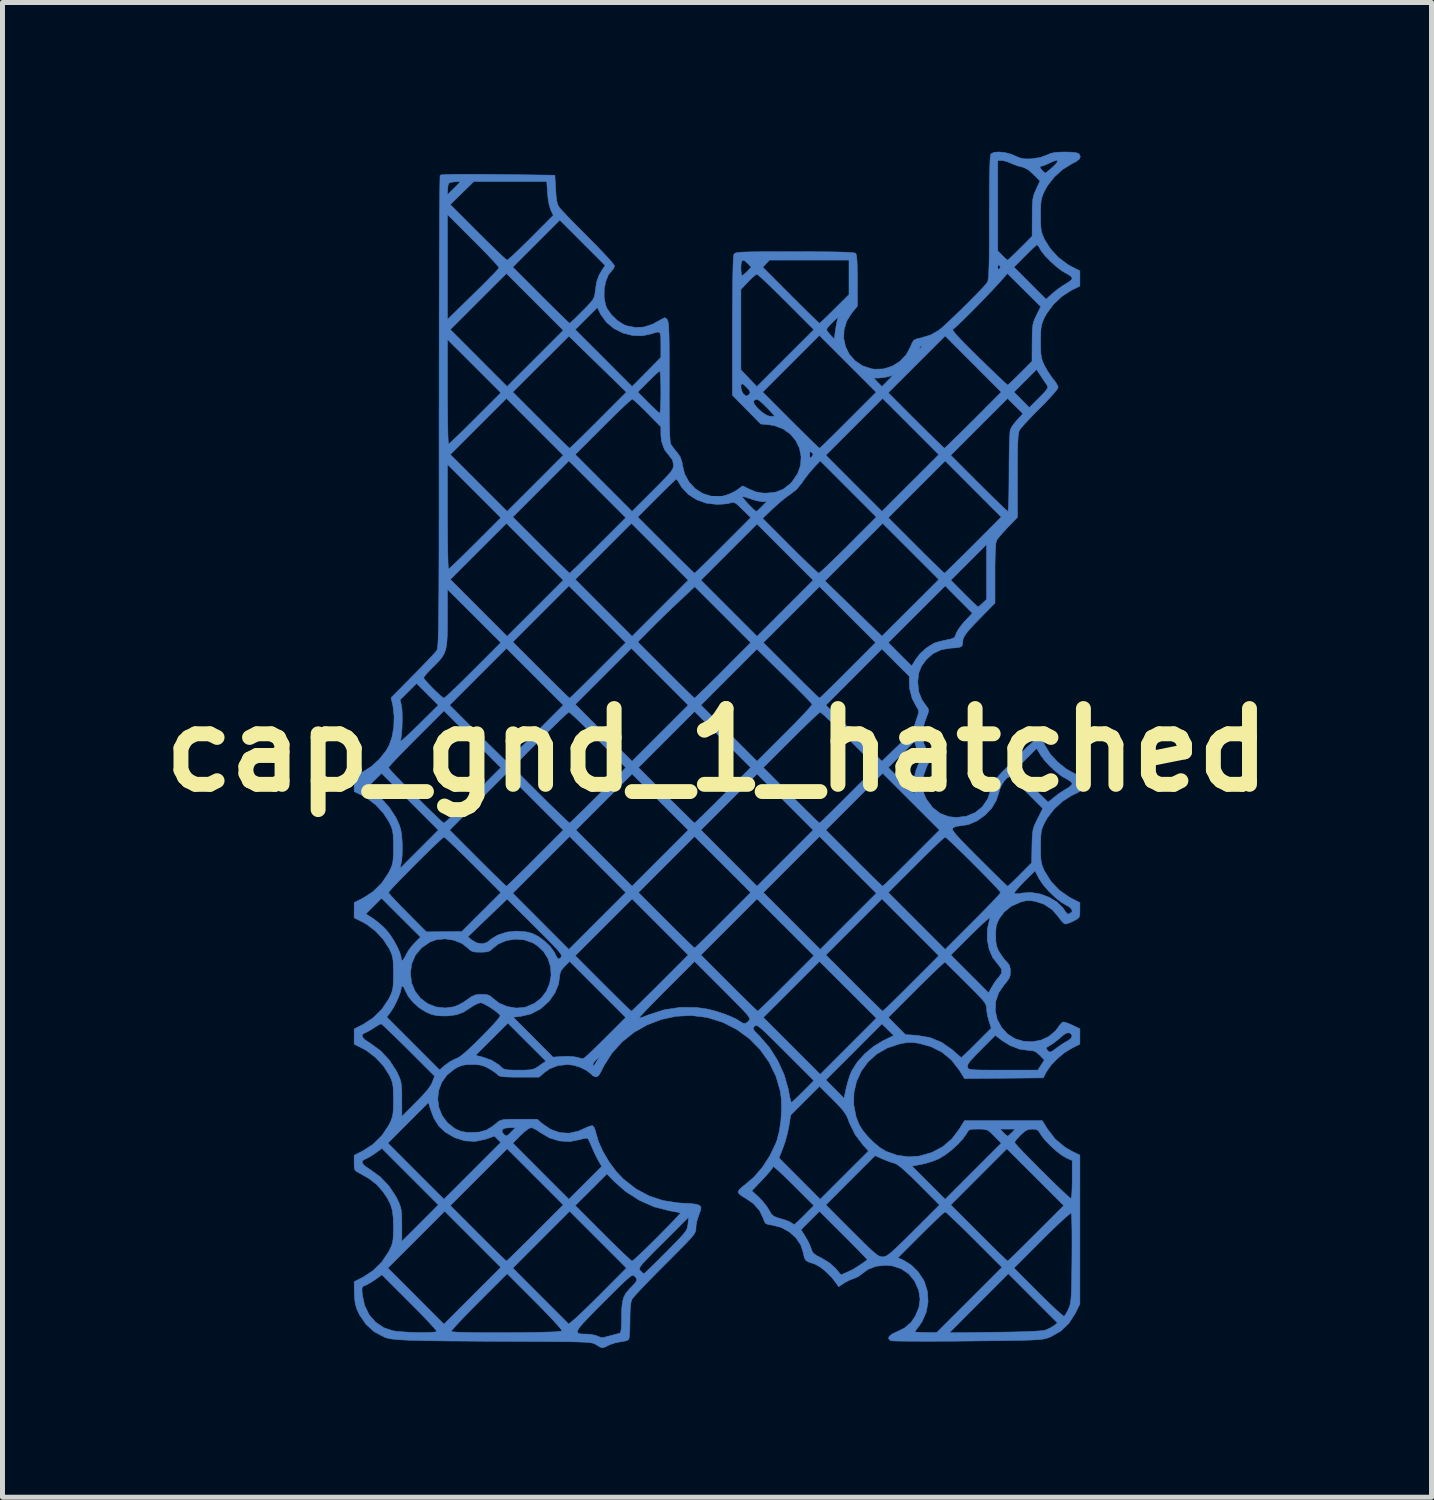
<source format=kicad_pcb>
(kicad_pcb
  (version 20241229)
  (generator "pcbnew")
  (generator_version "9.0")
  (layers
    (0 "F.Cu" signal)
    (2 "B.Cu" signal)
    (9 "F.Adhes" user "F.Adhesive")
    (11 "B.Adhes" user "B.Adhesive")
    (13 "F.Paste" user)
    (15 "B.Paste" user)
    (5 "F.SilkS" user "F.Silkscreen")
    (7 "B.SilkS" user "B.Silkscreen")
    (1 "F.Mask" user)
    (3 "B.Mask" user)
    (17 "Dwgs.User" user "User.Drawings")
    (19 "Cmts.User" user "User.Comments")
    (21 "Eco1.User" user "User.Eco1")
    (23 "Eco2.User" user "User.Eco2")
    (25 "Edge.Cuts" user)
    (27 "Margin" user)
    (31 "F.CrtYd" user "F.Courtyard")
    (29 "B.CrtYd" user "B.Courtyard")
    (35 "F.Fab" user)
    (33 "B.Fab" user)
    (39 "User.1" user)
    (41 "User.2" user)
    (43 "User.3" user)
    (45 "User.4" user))
  (footprint "cap_gnd_1_hatched"
    (layer "F.Cu")
    (at 11.365 12.029)
    (property "Reference" "cap_gnd_1_hatched" (at 0 0 0) (layer "F.SilkS") (effects (font (size 1.524 1.524) (thickness 0.3))))
    (attr through_hole)
    (fp_poly (pts (xy 5.786 -12.012) (xy 5.905 -11.982) (xy 5.984 -11.949) (xy 6.079 -11.907) (xy 6.164 -11.887) (xy 6.265 -11.884) (xy 6.318 -11.886) (xy 6.499 -11.913) (xy 6.626 -11.96) (xy 6.701 -11.993) (xy 6.781 -12.012) (xy 6.885 -12.021) (xy 6.997 -12.023) (xy 7.13 -12.02) (xy 7.217 -12.01) (xy 7.267 -11.993) (xy 7.281 -11.981) (xy 7.304 -11.93) (xy 7.284 -11.881) (xy 7.215 -11.828) (xy 7.121 -11.779) (xy 6.945 -11.67) (xy 6.781 -11.521) (xy 6.645 -11.347) (xy 6.588 -11.247) (xy 6.552 -11.168) (xy 6.528 -11.101) (xy 6.514 -11.028) (xy 6.507 -10.935) (xy 6.505 -10.806) (xy 6.505 -10.753) (xy 6.506 -10.608) (xy 6.511 -10.505) (xy 6.522 -10.428) (xy 6.543 -10.36) (xy 6.575 -10.287) (xy 6.588 -10.259) (xy 6.705 -10.074) (xy 6.863 -9.904) (xy 7.046 -9.765) (xy 7.126 -9.72) (xy 7.295 -9.634) (xy 7.295 -9.327) (xy 7.126 -9.244) (xy 6.938 -9.123) (xy 6.767 -8.964) (xy 6.63 -8.78) (xy 6.589 -8.707) (xy 6.553 -8.628) (xy 6.529 -8.561) (xy 6.515 -8.489) (xy 6.508 -8.396) (xy 6.506 -8.268) (xy 6.505 -8.213) (xy 6.507 -8.068) (xy 6.511 -7.964) (xy 6.523 -7.886) (xy 6.543 -7.819) (xy 6.574 -7.748) (xy 6.582 -7.732) (xy 6.644 -7.622) (xy 6.717 -7.512) (xy 6.758 -7.459) (xy 6.815 -7.384) (xy 6.851 -7.318) (xy 6.858 -7.291) (xy 6.839 -7.254) (xy 6.784 -7.185) (xy 6.7 -7.091) (xy 6.593 -6.977) (xy 6.489 -6.872) (xy 6.368 -6.75) (xy 6.26 -6.637) (xy 6.17 -6.54) (xy 6.108 -6.467) (xy 6.08 -6.429) (xy 6.068 -6.396) (xy 6.058 -6.343) (xy 6.051 -6.265) (xy 6.046 -6.155) (xy 6.042 -6.008) (xy 6.04 -5.817) (xy 6.04 -5.578) (xy 6.04 -5.516) (xy 6.04 -4.679) (xy 5.846 -4.477) (xy 5.759 -4.384) (xy 5.685 -4.3) (xy 5.634 -4.236) (xy 5.62 -4.214) (xy 5.607 -4.159) (xy 5.598 -4.05) (xy 5.592 -3.889) (xy 5.588 -3.677) (xy 5.588 -3.554) (xy 5.588 -2.955) (xy 5.295 -2.656) (xy 5.165 -2.522) (xy 5.071 -2.419) (xy 5.007 -2.341) (xy 4.967 -2.279) (xy 4.946 -2.227) (xy 4.939 -2.176) (xy 4.939 -2.163) (xy 4.934 -2.112) (xy 4.911 -2.08) (xy 4.859 -2.062) (xy 4.768 -2.053) (xy 4.707 -2.05) (xy 4.51 -2.018) (xy 4.344 -1.94) (xy 4.206 -1.817) (xy 4.108 -1.682) (xy 4.054 -1.543) (xy 4.036 -1.378) (xy 4.036 -1.359) (xy 4.055 -1.173) (xy 4.117 -1.015) (xy 4.195 -0.903) (xy 4.242 -0.841) (xy 4.256 -0.795) (xy 4.242 -0.74) (xy 4.235 -0.724) (xy 4.169 -0.544) (xy 4.133 -0.396) (xy 4.129 -0.266) (xy 4.155 -0.14) (xy 4.212 -0.004) (xy 4.223 0.019) (xy 4.299 0.169) (xy 4.217 0.332) (xy 4.149 0.519) (xy 4.13 0.706) (xy 4.162 0.883) (xy 4.212 0.992) (xy 4.337 1.158) (xy 4.487 1.274) (xy 4.661 1.339) (xy 4.811 1.355) (xy 5.015 1.33) (xy 5.191 1.257) (xy 5.334 1.14) (xy 5.441 0.984) (xy 5.506 0.795) (xy 5.518 0.741) (xy 5.535 0.694) (xy 5.56 0.646) (xy 5.599 0.592) (xy 5.658 0.523) (xy 5.741 0.433) (xy 5.779 0.395) (xy 5.998 0.395) (xy 6.322 0.72) (xy 6.431 0.829) (xy 6.526 0.922) (xy 6.599 0.993) (xy 6.644 1.035) (xy 6.655 1.044) (xy 6.681 1.027) (xy 6.735 0.985) (xy 6.777 0.949) (xy 6.873 0.875) (xy 6.981 0.805) (xy 7.015 0.786) (xy 7.087 0.74) (xy 7.132 0.695) (xy 7.14 0.676) (xy 7.116 0.638) (xy 7.056 0.596) (xy 7.026 0.581) (xy 6.925 0.522) (xy 6.807 0.429) (xy 6.687 0.319) (xy 6.581 0.204) (xy 6.503 0.098) (xy 6.5 0.092) (xy 6.426 -0.033) (xy 5.998 0.395) (xy 5.779 0.395) (xy 5.855 0.317) (xy 5.98 0.191) (xy 6.11 0.061) (xy 6.229 -0.054) (xy 6.332 -0.147) (xy 6.41 -0.215) (xy 6.459 -0.25) (xy 6.469 -0.254) (xy 6.513 -0.227) (xy 6.566 -0.148) (xy 6.594 -0.092) (xy 6.701 0.081) (xy 6.849 0.243) (xy 7.022 0.38) (xy 7.126 0.44) (xy 7.295 0.526) (xy 7.295 0.833) (xy 7.126 0.916) (xy 6.945 1.032) (xy 6.777 1.187) (xy 6.639 1.366) (xy 6.588 1.456) (xy 6.552 1.533) (xy 6.528 1.6) (xy 6.514 1.672) (xy 6.508 1.765) (xy 6.506 1.894) (xy 6.505 1.947) (xy 6.506 2.092) (xy 6.511 2.195) (xy 6.523 2.273) (xy 6.543 2.34) (xy 6.574 2.412) (xy 6.585 2.435) (xy 6.715 2.642) (xy 6.885 2.82) (xy 7.082 2.958) (xy 7.112 2.974) (xy 7.295 3.067) (xy 7.295 3.22) (xy 7.293 3.309) (xy 7.28 3.361) (xy 7.243 3.396) (xy 7.172 3.435) (xy 7.17 3.436) (xy 7.087 3.473) (xy 7.021 3.495) (xy 7 3.498) (xy 6.962 3.475) (xy 6.909 3.417) (xy 6.872 3.365) (xy 6.741 3.21) (xy 6.576 3.101) (xy 6.404 3.043) (xy 6.298 3.026) (xy 6.213 3.029) (xy 6.115 3.053) (xy 6.096 3.059) (xy 5.913 3.141) (xy 5.772 3.257) (xy 5.678 3.384) (xy 5.637 3.465) (xy 5.613 3.542) (xy 5.604 3.638) (xy 5.602 3.725) (xy 5.606 3.847) (xy 5.619 3.935) (xy 5.648 4.011) (xy 5.677 4.064) (xy 5.737 4.154) (xy 5.8 4.234) (xy 5.825 4.259) (xy 5.876 4.322) (xy 5.896 4.4) (xy 5.898 4.453) (xy 5.893 4.53) (xy 5.87 4.593) (xy 5.821 4.663) (xy 5.776 4.715) (xy 5.664 4.877) (xy 5.603 5.054) (xy 5.593 5.236) (xy 5.633 5.414) (xy 5.722 5.579) (xy 5.842 5.709) (xy 5.993 5.804) (xy 6.163 5.855) (xy 6.34 5.864) (xy 6.513 5.832) (xy 6.67 5.759) (xy 6.802 5.648) (xy 6.847 5.589) (xy 6.897 5.52) (xy 6.94 5.475) (xy 6.952 5.467) (xy 6.993 5.472) (xy 7.067 5.497) (xy 7.14 5.529) (xy 7.295 5.603) (xy 7.295 5.913) (xy 7.127 5.997) (xy 6.982 6.087) (xy 6.839 6.206) (xy 6.714 6.337) (xy 6.624 6.466) (xy 6.617 6.478) (xy 6.559 6.59) (xy 4.976 6.605) (xy 4.872 6.437) (xy 4.819 6.368) (xy 5.035 6.368) (xy 5.037 6.375) (xy 5.044 6.393) (xy 5.058 6.408) (xy 5.084 6.418) (xy 5.13 6.425) (xy 5.202 6.43) (xy 5.308 6.433) (xy 5.453 6.434) (xy 5.645 6.434) (xy 5.752 6.434) (xy 6.449 6.434) (xy 6.515 6.332) (xy 6.581 6.231) (xy 6.488 6.135) (xy 6.416 6.072) (xy 6.346 6.044) (xy 6.279 6.04) (xy 6.085 6.014) (xy 6.047 5.999) (xy 6.618 5.999) (xy 6.641 6.033) (xy 6.646 6.04) (xy 6.675 6.067) (xy 6.704 6.071) (xy 6.748 6.048) (xy 6.821 5.995) (xy 6.825 5.991) (xy 6.916 5.927) (xy 7.005 5.87) (xy 7.048 5.847) (xy 7.115 5.799) (xy 7.138 5.747) (xy 7.116 5.703) (xy 7.082 5.686) (xy 7.034 5.687) (xy 6.971 5.722) (xy 6.902 5.781) (xy 6.817 5.853) (xy 6.732 5.915) (xy 6.689 5.94) (xy 6.632 5.974) (xy 6.618 5.999) (xy 6.047 5.999) (xy 5.891 5.94) (xy 5.74 5.846) (xy 5.595 5.735) (xy 5.306 6.025) (xy 5.19 6.143) (xy 5.11 6.23) (xy 5.061 6.291) (xy 5.038 6.335) (xy 5.035 6.368) (xy 4.819 6.368) (xy 4.716 6.234) (xy 4.525 6.076) (xy 4.3 5.962) (xy 4.06 5.896) (xy 3.95 5.88) (xy 3.857 5.878) (xy 3.753 5.891) (xy 3.662 5.91) (xy 3.421 5.99) (xy 3.211 6.112) (xy 3.036 6.27) (xy 2.899 6.457) (xy 2.803 6.667) (xy 2.752 6.893) (xy 2.748 7.129) (xy 2.795 7.369) (xy 2.856 7.528) (xy 2.928 7.645) (xy 3.034 7.773) (xy 3.159 7.897) (xy 3.289 8.002) (xy 3.401 8.069) (xy 3.624 8.147) (xy 3.855 8.178) (xy 4.063 8.163) (xy 4.318 8.091) (xy 4.537 7.975) (xy 4.723 7.815) (xy 4.873 7.616) (xy 4.975 7.451) (xy 6.54 7.451) (xy 6.644 7.62) (xy 6.802 7.824) (xy 7 7.988) (xy 7.148 8.072) (xy 7.295 8.143) (xy 7.295 11.135) (xy 7.203 11.323) (xy 7.075 11.523) (xy 6.911 11.681) (xy 6.712 11.794) (xy 6.693 11.802) (xy 6.656 11.816) (xy 6.62 11.828) (xy 6.579 11.838) (xy 6.527 11.846) (xy 6.46 11.853) (xy 6.374 11.858) (xy 6.263 11.863) (xy 6.121 11.867) (xy 5.945 11.87) (xy 5.729 11.873) (xy 5.468 11.876) (xy 5.158 11.88) (xy 5.038 11.881) (xy 4.751 11.884) (xy 4.481 11.885) (xy 4.232 11.886) (xy 4.01 11.885) (xy 3.82 11.884) (xy 3.668 11.882) (xy 3.56 11.879) (xy 3.5 11.875) (xy 3.491 11.873) (xy 3.449 11.836) (xy 3.459 11.79) (xy 3.516 11.742) (xy 3.573 11.715) (xy 4.671 11.715) (xy 5.588 11.704) (xy 5.892 11.7) (xy 6.145 11.694) (xy 6.344 11.686) (xy 6.49 11.677) (xy 6.58 11.666) (xy 6.604 11.66) (xy 6.693 11.621) (xy 6.772 11.573) (xy 6.773 11.572) (xy 6.844 11.517) (xy 6.35 11.022) (xy 5.856 10.527) (xy 4.671 11.715) (xy 3.573 11.715) (xy 3.594 11.706) (xy 3.768 11.62) (xy 3.9 11.507) (xy 3.986 11.381) (xy 4.059 11.206) (xy 4.082 11.04) (xy 4.056 10.869) (xy 4.053 10.859) (xy 3.973 10.677) (xy 3.854 10.531) (xy 3.7 10.427) (xy 3.519 10.369) (xy 3.391 10.358) (xy 3.196 10.378) (xy 3.034 10.441) (xy 2.921 10.525) (xy 2.844 10.582) (xy 2.764 10.62) (xy 2.752 10.624) (xy 2.675 10.652) (xy 2.584 10.698) (xy 2.556 10.716) (xy 2.444 10.789) (xy 2.4 10.724) (xy 2.306 10.602) (xy 2.194 10.49) (xy 2.08 10.397) (xy 1.976 10.338) (xy 1.947 10.327) (xy 1.847 10.295) (xy 1.788 10.261) (xy 1.757 10.21) (xy 1.739 10.131) (xy 1.738 10.12) (xy 1.686 9.955) (xy 1.587 9.807) (xy 1.451 9.685) (xy 1.374 9.643) (xy 1.689 9.643) (xy 1.776 9.781) (xy 1.831 9.878) (xy 1.876 9.975) (xy 1.892 10.022) (xy 1.913 10.08) (xy 1.949 10.125) (xy 2.013 10.168) (xy 2.103 10.214) (xy 2.255 10.306) (xy 2.375 10.412) (xy 2.389 10.428) (xy 2.492 10.55) (xy 2.593 10.507) (xy 2.671 10.472) (xy 2.731 10.442) (xy 2.738 10.438) (xy 2.837 10.376) (xy 2.924 10.318) (xy 2.989 10.272) (xy 3.018 10.246) (xy 3.019 10.244) (xy 3 10.221) (xy 2.986 10.206) (xy 3.637 10.206) (xy 3.754 10.259) (xy 3.905 10.354) (xy 4.043 10.49) (xy 4.152 10.653) (xy 4.171 10.692) (xy 4.231 10.888) (xy 4.243 11.094) (xy 4.206 11.299) (xy 4.124 11.488) (xy 4.063 11.577) (xy 4.014 11.641) (xy 3.984 11.686) (xy 3.979 11.696) (xy 4.005 11.704) (xy 4.074 11.709) (xy 4.172 11.712) (xy 4.198 11.712) (xy 4.416 11.712) (xy 5.073 11.056) (xy 5.715 10.414) (xy 5.97 10.414) (xy 6.461 10.906) (xy 6.598 11.041) (xy 6.722 11.161) (xy 6.828 11.26) (xy 6.91 11.333) (xy 6.962 11.375) (xy 6.979 11.382) (xy 7.005 11.349) (xy 7.043 11.282) (xy 7.066 11.236) (xy 7.083 11.196) (xy 7.096 11.155) (xy 7.107 11.105) (xy 7.115 11.039) (xy 7.121 10.951) (xy 7.126 10.834) (xy 7.129 10.682) (xy 7.132 10.487) (xy 7.135 10.243) (xy 7.135 10.22) (xy 7.136 10.001) (xy 7.136 9.801) (xy 7.135 9.625) (xy 7.132 9.482) (xy 7.128 9.378) (xy 7.123 9.32) (xy 7.12 9.31) (xy 7.095 9.323) (xy 7.035 9.372) (xy 6.947 9.451) (xy 6.834 9.556) (xy 6.703 9.682) (xy 6.559 9.824) (xy 6.533 9.85) (xy 5.97 10.414) (xy 5.715 10.414) (xy 5.729 10.4) (xy 5.172 9.843) (xy 5.026 9.698) (xy 4.893 9.567) (xy 4.776 9.455) (xy 4.683 9.367) (xy 4.619 9.309) (xy 4.587 9.285) (xy 4.586 9.285) (xy 4.559 9.304) (xy 4.498 9.358) (xy 4.409 9.441) (xy 4.299 9.547) (xy 4.173 9.671) (xy 4.097 9.746) (xy 3.637 10.206) (xy 2.986 10.206) (xy 2.947 10.164) (xy 2.864 10.078) (xy 2.758 9.97) (xy 2.633 9.844) (xy 2.54 9.751) (xy 2.06 9.272) (xy 1.874 9.457) (xy 1.689 9.643) (xy 1.374 9.643) (xy 1.288 9.596) (xy 1.113 9.552) (xy 1.026 9.538) (xy 0.978 9.517) (xy 0.951 9.476) (xy 0.935 9.428) (xy 0.856 9.26) (xy 0.731 9.117) (xy 0.582 9.015) (xy 0.487 8.958) (xy 0.433 8.908) (xy 0.423 8.884) (xy 0.436 8.861) (xy 0.699 8.861) (xy 0.834 8.983) (xy 0.921 9.074) (xy 1.002 9.178) (xy 1.042 9.242) (xy 1.089 9.322) (xy 1.137 9.369) (xy 1.204 9.399) (xy 1.27 9.418) (xy 1.367 9.447) (xy 1.449 9.479) (xy 1.482 9.497) (xy 1.531 9.528) (xy 1.553 9.538) (xy 1.578 9.52) (xy 1.633 9.47) (xy 1.708 9.397) (xy 1.757 9.348) (xy 1.947 9.157) (xy 1.934 9.144) (xy 2.188 9.144) (xy 2.709 9.666) (xy 2.869 9.825) (xy 2.994 9.949) (xy 3.091 10.041) (xy 3.164 10.106) (xy 3.219 10.149) (xy 3.261 10.174) (xy 3.296 10.185) (xy 3.328 10.188) (xy 3.361 10.185) (xy 3.396 10.173) (xy 3.438 10.148) (xy 3.494 10.105) (xy 3.567 10.04) (xy 3.664 9.948) (xy 3.791 9.825) (xy 3.95 9.667) (xy 4.473 9.145) (xy 4.472 9.144) (xy 4.7 9.144) (xy 5.263 9.708) (xy 5.409 9.854) (xy 5.542 9.986) (xy 5.657 10.099) (xy 5.749 10.187) (xy 5.812 10.247) (xy 5.841 10.272) (xy 5.842 10.273) (xy 5.865 10.254) (xy 5.922 10.2) (xy 6.009 10.116) (xy 6.12 10.007) (xy 6.25 9.878) (xy 6.394 9.735) (xy 6.414 9.715) (xy 6.971 9.158) (xy 6.399 8.586) (xy 5.827 8.015) (xy 5.263 8.58) (xy 4.7 9.144) (xy 4.472 9.144) (xy 4.065 8.736) (xy 3.903 8.576) (xy 3.774 8.456) (xy 3.677 8.372) (xy 3.665 8.364) (xy 3.92 8.364) (xy 4.253 8.698) (xy 4.586 9.031) (xy 5.15 8.467) (xy 5.714 7.903) (xy 5.698 7.887) (xy 5.983 7.887) (xy 6.002 7.915) (xy 6.055 7.975) (xy 6.136 8.062) (xy 6.239 8.169) (xy 6.357 8.289) (xy 6.484 8.417) (xy 6.615 8.547) (xy 6.743 8.672) (xy 6.861 8.786) (xy 6.964 8.884) (xy 7.045 8.958) (xy 7.098 9.003) (xy 7.117 9.014) (xy 7.126 8.982) (xy 7.133 8.904) (xy 7.138 8.792) (xy 7.14 8.656) (xy 7.14 8.626) (xy 7.14 8.252) (xy 7.025 8.201) (xy 6.932 8.146) (xy 6.82 8.06) (xy 6.705 7.956) (xy 6.601 7.85) (xy 6.524 7.753) (xy 6.504 7.721) (xy 6.462 7.655) (xy 6.414 7.626) (xy 6.338 7.62) (xy 6.264 7.627) (xy 6.201 7.655) (xy 6.13 7.714) (xy 6.104 7.739) (xy 6.04 7.807) (xy 5.996 7.861) (xy 5.983 7.887) (xy 5.698 7.887) (xy 5.574 7.762) (xy 5.5 7.688) (xy 5.445 7.646) (xy 5.389 7.626) (xy 5.313 7.62) (xy 5.25 7.62) (xy 5.691 7.62) (xy 5.757 7.691) (xy 5.807 7.738) (xy 5.84 7.761) (xy 5.842 7.761) (xy 5.872 7.743) (xy 5.92 7.697) (xy 5.927 7.691) (xy 5.993 7.62) (xy 5.691 7.62) (xy 5.25 7.62) (xy 5.15 7.621) (xy 5.09 7.63) (xy 5.053 7.653) (xy 5.024 7.697) (xy 5.01 7.721) (xy 4.941 7.818) (xy 4.838 7.93) (xy 4.714 8.042) (xy 4.584 8.141) (xy 4.465 8.214) (xy 4.451 8.22) (xy 4.332 8.268) (xy 4.194 8.31) (xy 4.106 8.33) (xy 3.92 8.364) (xy 3.665 8.364) (xy 3.607 8.324) (xy 3.571 8.309) (xy 3.497 8.287) (xy 3.398 8.25) (xy 3.331 8.222) (xy 3.177 8.154) (xy 2.682 8.649) (xy 2.188 9.144) (xy 1.934 9.144) (xy 1.538 8.749) (xy 1.416 8.628) (xy 1.308 8.525) (xy 1.22 8.445) (xy 1.159 8.393) (xy 1.13 8.374) (xy 1.129 8.376) (xy 1.11 8.409) (xy 1.06 8.473) (xy 0.987 8.558) (xy 0.914 8.636) (xy 0.699 8.861) (xy 0.436 8.861) (xy 0.445 8.842) (xy 0.501 8.786) (xy 0.546 8.752) (xy 0.736 8.592) (xy 0.912 8.388) (xy 1.035 8.199) (xy 1.246 8.199) (xy 2.074 9.031) (xy 2.559 8.546) (xy 3.045 8.061) (xy 2.938 7.944) (xy 2.775 7.728) (xy 2.656 7.484) (xy 2.639 7.434) (xy 2.611 7.364) (xy 2.569 7.294) (xy 2.506 7.213) (xy 2.413 7.113) (xy 2.327 7.026) (xy 2.06 6.76) (xy 1.77 7.049) (xy 1.48 7.339) (xy 1.444 7.567) (xy 1.414 7.711) (xy 1.372 7.867) (xy 1.327 7.997) (xy 1.246 8.199) (xy 1.035 8.199) (xy 1.064 8.153) (xy 1.185 7.898) (xy 1.206 7.841) (xy 1.252 7.666) (xy 1.283 7.458) (xy 1.297 7.238) (xy 1.293 7.027) (xy 1.273 6.86) (xy 1.185 6.559) (xy 1.049 6.279) (xy 0.869 6.025) (xy 0.651 5.803) (xy 0.399 5.618) (xy 0.386 5.612) (xy 0.731 5.612) (xy 0.758 5.652) (xy 0.818 5.714) (xy 0.85 5.745) (xy 1.052 5.977) (xy 1.221 6.244) (xy 1.351 6.531) (xy 1.435 6.825) (xy 1.442 6.869) (xy 1.461 6.97) (xy 1.479 7.046) (xy 1.493 7.082) (xy 1.495 7.084) (xy 1.52 7.065) (xy 1.576 7.014) (xy 1.654 6.939) (xy 1.729 6.865) (xy 1.947 6.645) (xy 1.933 6.632) (xy 2.188 6.632) (xy 2.553 7) (xy 2.597 6.795) (xy 2.629 6.669) (xy 2.67 6.542) (xy 2.707 6.452) (xy 2.817 6.278) (xy 2.967 6.109) (xy 3.144 5.961) (xy 3.332 5.846) (xy 3.333 5.846) (xy 3.553 5.738) (xy 3.315 5.504) (xy 2.752 6.068) (xy 2.188 6.632) (xy 1.933 6.632) (xy 1.374 6.073) (xy 1.208 5.907) (xy 1.077 5.778) (xy 0.976 5.68) (xy 0.901 5.611) (xy 0.847 5.567) (xy 0.81 5.543) (xy 0.785 5.535) (xy 0.767 5.541) (xy 0.754 5.553) (xy 0.732 5.583) (xy 0.731 5.612) (xy 0.386 5.612) (xy 0.119 5.475) (xy -0.184 5.38) (xy -0.206 5.375) (xy -0.514 5.337) (xy -0.821 5.352) (xy -1.12 5.416) (xy -1.406 5.526) (xy -1.671 5.677) (xy -1.909 5.868) (xy -2.113 6.094) (xy -2.277 6.352) (xy -2.327 6.456) (xy -2.378 6.542) (xy -2.432 6.573) (xy -2.493 6.55) (xy -2.529 6.515) (xy -2.619 6.443) (xy -2.744 6.381) (xy -2.881 6.337) (xy -2.989 6.324) (xy -2.495 6.324) (xy -2.494 6.328) (xy -2.475 6.346) (xy -2.472 6.345) (xy -2.455 6.317) (xy -2.421 6.261) (xy -2.414 6.251) (xy -2.363 6.167) (xy -2.436 6.234) (xy -2.481 6.285) (xy -2.495 6.324) (xy -2.989 6.324) (xy -3.002 6.322) (xy -3.198 6.343) (xy -3.365 6.408) (xy -3.469 6.482) (xy -3.579 6.576) (xy -3.973 6.576) (xy -4.136 6.575) (xy -4.251 6.571) (xy -4.327 6.564) (xy -4.375 6.552) (xy -4.402 6.535) (xy -4.405 6.531) (xy -4.449 6.492) (xy -4.524 6.441) (xy -4.585 6.404) (xy -4.676 6.358) (xy -4.76 6.333) (xy -4.862 6.323) (xy -4.926 6.322) (xy -5.042 6.325) (xy -5.127 6.34) (xy -5.207 6.373) (xy -5.278 6.413) (xy -5.427 6.532) (xy -5.533 6.678) (xy -5.595 6.841) (xy -5.615 7.013) (xy -5.592 7.185) (xy -5.527 7.348) (xy -5.42 7.492) (xy -5.272 7.609) (xy -5.239 7.627) (xy -5.144 7.666) (xy -5.034 7.685) (xy -4.925 7.689) (xy -4.766 7.678) (xy -4.766 7.678) (xy -4.321 7.678) (xy -4.299 7.71) (xy -4.259 7.749) (xy -4.225 7.754) (xy -4.181 7.723) (xy -4.135 7.676) (xy -4.053 7.592) (xy -4.166 7.592) (xy -4.265 7.602) (xy -4.318 7.632) (xy -4.321 7.678) (xy -4.766 7.678) (xy -4.636 7.639) (xy -4.512 7.564) (xy -4.437 7.503) (xy -4.397 7.47) (xy -4.36 7.448) (xy -4.313 7.434) (xy -4.247 7.426) (xy -4.148 7.423) (xy -4.006 7.422) (xy -3.979 7.422) (xy -3.614 7.422) (xy -3.518 7.507) (xy -3.346 7.625) (xy -3.162 7.691) (xy -2.973 7.703) (xy -2.784 7.66) (xy -2.697 7.621) (xy -2.609 7.58) (xy -2.536 7.555) (xy -2.5 7.553) (xy -2.47 7.588) (xy -2.445 7.656) (xy -2.442 7.671) (xy -2.386 7.864) (xy -2.293 8.071) (xy -2.171 8.278) (xy -2.03 8.469) (xy -1.883 8.624) (xy -1.634 8.819) (xy -1.371 8.962) (xy -1.088 9.056) (xy -0.777 9.104) (xy -0.685 9.11) (xy -0.526 9.118) (xy -0.417 9.131) (xy -0.352 9.153) (xy -0.324 9.189) (xy -0.327 9.242) (xy -0.355 9.319) (xy -0.363 9.34) (xy -0.399 9.447) (xy -0.421 9.558) (xy -0.423 9.601) (xy -0.424 9.636) (xy -0.429 9.668) (xy -0.443 9.702) (xy -0.469 9.744) (xy -0.512 9.798) (xy -0.576 9.868) (xy -0.665 9.961) (xy -0.783 10.08) (xy -0.934 10.232) (xy -1.046 10.344) (xy -1.202 10.5) (xy -1.346 10.647) (xy -1.474 10.779) (xy -1.579 10.891) (xy -1.657 10.976) (xy -1.702 11.029) (xy -1.709 11.041) (xy -1.729 11.102) (xy -1.742 11.202) (xy -1.749 11.346) (xy -1.75 11.464) (xy -1.752 11.601) (xy -1.757 11.718) (xy -1.765 11.805) (xy -1.774 11.847) (xy -1.774 11.848) (xy -1.814 11.872) (xy -1.889 11.89) (xy -1.931 11.895) (xy -2.041 11.916) (xy -2.151 11.953) (xy -2.176 11.964) (xy -2.253 12.003) (xy -2.303 12.016) (xy -2.351 12.002) (xy -2.421 11.961) (xy -2.427 11.957) (xy -2.451 11.943) (xy -2.477 11.931) (xy -2.509 11.921) (xy -2.553 11.914) (xy -2.614 11.907) (xy -2.697 11.903) (xy -2.807 11.899) (xy -2.949 11.896) (xy -3.128 11.894) (xy -3.348 11.892) (xy -3.616 11.89) (xy -3.895 11.889) (xy -4.339 11.887) (xy -4.73 11.885) (xy -5.073 11.882) (xy -5.37 11.88) (xy -5.625 11.877) (xy -5.841 11.874) (xy -6.024 11.87) (xy -6.175 11.866) (xy -6.299 11.86) (xy -6.4 11.854) (xy -6.48 11.847) (xy -6.545 11.839) (xy -6.596 11.83) (xy -6.639 11.819) (xy -6.676 11.807) (xy -6.693 11.8) (xy -6.892 11.694) (xy -7.059 11.543) (xy -7.188 11.353) (xy -7.198 11.333) (xy -7.245 11.228) (xy -7.272 11.136) (xy -7.286 11.032) (xy -7.291 10.921) (xy -7.292 10.86) (xy -7.138 10.86) (xy -7.13 10.954) (xy -7.13 10.956) (xy -7.083 11.17) (xy -6.993 11.354) (xy -6.863 11.503) (xy -6.699 11.613) (xy -6.523 11.673) (xy -6.44 11.686) (xy -6.325 11.696) (xy -6.191 11.704) (xy -6.049 11.708) (xy -5.911 11.71) (xy -5.79 11.708) (xy -5.696 11.703) (xy -5.642 11.694) (xy -5.634 11.689) (xy -5.345 11.689) (xy -5.313 11.696) (xy -5.233 11.702) (xy -5.111 11.706) (xy -4.955 11.709) (xy -4.772 11.712) (xy -4.57 11.713) (xy -4.356 11.713) (xy -4.138 11.712) (xy -3.923 11.711) (xy -3.719 11.708) (xy -3.533 11.705) (xy -3.455 11.702) (xy -2.808 11.702) (xy -2.789 11.725) (xy -2.745 11.737) (xy -2.678 11.741) (xy -2.626 11.741) (xy -2.524 11.749) (xy -2.435 11.769) (xy -2.399 11.784) (xy -2.333 11.81) (xy -2.286 11.812) (xy -2.234 11.797) (xy -2.153 11.776) (xy -2.117 11.766) (xy -2.033 11.744) (xy -1.969 11.727) (xy -1.954 11.723) (xy -1.938 11.7) (xy -1.926 11.638) (xy -1.921 11.53) (xy -1.919 11.4) (xy -1.916 11.229) (xy -1.903 11.101) (xy -1.876 11.002) (xy -1.831 10.918) (xy -1.763 10.837) (xy -1.721 10.794) (xy -1.647 10.717) (xy -1.615 10.662) (xy -1.621 10.618) (xy -1.659 10.575) (xy -1.676 10.563) (xy -1.697 10.562) (xy -1.726 10.574) (xy -1.768 10.604) (xy -1.827 10.656) (xy -1.91 10.733) (xy -2.019 10.839) (xy -2.16 10.98) (xy -2.281 11.1) (xy -2.456 11.276) (xy -2.594 11.417) (xy -2.695 11.525) (xy -2.764 11.607) (xy -2.801 11.664) (xy -2.808 11.702) (xy -3.455 11.702) (xy -3.372 11.7) (xy -3.245 11.695) (xy -3.157 11.689) (xy -3.118 11.682) (xy -3.117 11.681) (xy -3.131 11.653) (xy -3.181 11.589) (xy -3.265 11.496) (xy -3.377 11.375) (xy -3.515 11.233) (xy -3.658 11.088) (xy -4.219 10.527) (xy -4.789 11.097) (xy -4.935 11.244) (xy -5.066 11.378) (xy -5.177 11.495) (xy -5.264 11.589) (xy -5.322 11.655) (xy -5.345 11.687) (xy -5.345 11.689) (xy -5.634 11.689) (xy -5.634 11.689) (xy -5.649 11.664) (xy -5.7 11.605) (xy -5.781 11.516) (xy -5.887 11.404) (xy -6.014 11.273) (xy -6.157 11.129) (xy -6.178 11.108) (xy -6.737 10.549) (xy -6.875 10.648) (xy -6.962 10.705) (xy -7.041 10.749) (xy -7.08 10.766) (xy -7.117 10.782) (xy -7.135 10.808) (xy -7.138 10.86) (xy -7.292 10.86) (xy -7.295 10.688) (xy -7.112 10.595) (xy -6.912 10.463) (xy -6.863 10.414) (xy -6.618 10.414) (xy -6.054 10.978) (xy -5.49 11.543) (xy -4.36 10.414) (xy -4.106 10.414) (xy -3.544 10.977) (xy -2.981 11.54) (xy -2.852 11.43) (xy -2.794 11.378) (xy -2.704 11.293) (xy -2.591 11.183) (xy -2.461 11.056) (xy -2.323 10.919) (xy -2.272 10.867) (xy -1.845 10.438) (xy -1.56 10.438) (xy -1.55 10.456) (xy -1.539 10.469) (xy -1.495 10.512) (xy -1.47 10.527) (xy -1.446 10.508) (xy -1.388 10.454) (xy -1.303 10.372) (xy -1.196 10.267) (xy -1.074 10.145) (xy -1.026 10.097) (xy -0.885 9.954) (xy -0.779 9.845) (xy -0.702 9.762) (xy -0.65 9.7) (xy -0.617 9.651) (xy -0.599 9.608) (xy -0.589 9.566) (xy -0.585 9.528) (xy -0.57 9.39) (xy -1.081 9.901) (xy -1.237 10.056) (xy -1.356 10.177) (xy -1.444 10.269) (xy -1.504 10.335) (xy -1.541 10.382) (xy -1.558 10.415) (xy -1.56 10.438) (xy -1.845 10.438) (xy -1.821 10.414) (xy -2.963 9.271) (xy -3.535 9.842) (xy -4.106 10.414) (xy -4.36 10.414) (xy -4.346 10.4) (xy -5.475 9.271) (xy -6.046 9.842) (xy -6.618 10.414) (xy -6.863 10.414) (xy -6.737 10.289) (xy -6.601 10.085) (xy -6.585 10.055) (xy -6.549 9.977) (xy -6.526 9.908) (xy -6.513 9.832) (xy -6.507 9.733) (xy -6.505 9.595) (xy -6.505 9.581) (xy -6.51 9.401) (xy -6.527 9.259) (xy -6.562 9.138) (xy -6.621 9.021) (xy -6.708 8.89) (xy -6.719 8.875) (xy -6.841 8.736) (xy -6.995 8.616) (xy -7.171 8.515) (xy -7.243 8.477) (xy -7.28 8.442) (xy -7.293 8.39) (xy -7.295 8.304) (xy -7.132 8.304) (xy -7.079 8.363) (xy -6.974 8.434) (xy -6.967 8.438) (xy -6.768 8.582) (xy -6.592 8.768) (xy -6.451 8.984) (xy -6.431 9.024) (xy -6.391 9.109) (xy -6.364 9.18) (xy -6.349 9.251) (xy -6.341 9.339) (xy -6.338 9.459) (xy -6.337 9.546) (xy -6.336 9.877) (xy -5.969 9.511) (xy -5.616 9.158) (xy -5.362 9.158) (xy -4.805 9.715) (xy -4.66 9.86) (xy -4.528 9.991) (xy -4.414 10.103) (xy -4.324 10.19) (xy -4.262 10.248) (xy -4.234 10.273) (xy -4.233 10.273) (xy -4.21 10.254) (xy -4.153 10.2) (xy -4.066 10.115) (xy -3.955 10.006) (xy -3.824 9.877) (xy -3.68 9.734) (xy -3.655 9.708) (xy -3.104 9.157) (xy -2.851 9.157) (xy -2.293 9.715) (xy -2.148 9.86) (xy -2.014 9.991) (xy -1.898 10.103) (xy -1.805 10.19) (xy -1.74 10.249) (xy -1.709 10.273) (xy -1.707 10.273) (xy -1.68 10.254) (xy -1.619 10.2) (xy -1.53 10.117) (xy -1.419 10.01) (xy -1.292 9.885) (xy -1.2 9.794) (xy -1.068 9.66) (xy -0.95 9.54) (xy -0.853 9.439) (xy -0.782 9.363) (xy -0.742 9.317) (xy -0.735 9.306) (xy -0.767 9.297) (xy -0.84 9.282) (xy -0.939 9.265) (xy -0.951 9.263) (xy -1.262 9.184) (xy -1.561 9.052) (xy -1.839 8.873) (xy -2.074 8.666) (xy -2.214 8.522) (xy -2.532 8.84) (xy -2.851 9.157) (xy -3.104 9.157) (xy -3.091 9.144) (xy -3.655 8.58) (xy -4.219 8.015) (xy -4.79 8.586) (xy -5.362 9.158) (xy -5.616 9.158) (xy -5.602 9.144) (xy -6.17 8.577) (xy -6.737 8.009) (xy -6.875 8.108) (xy -6.961 8.165) (xy -7.038 8.208) (xy -7.077 8.225) (xy -7.131 8.258) (xy -7.132 8.304) (xy -7.295 8.304) (xy -7.295 8.301) (xy -7.295 8.147) (xy -7.112 8.054) (xy -6.912 7.923) (xy -6.891 7.902) (xy -6.617 7.902) (xy -6.054 8.467) (xy -5.49 9.031) (xy -4.918 8.46) (xy -4.361 7.903) (xy -4.105 7.903) (xy -3.542 8.467) (xy -2.978 9.031) (xy -2.318 8.372) (xy -2.384 8.257) (xy -2.433 8.163) (xy -2.487 8.048) (xy -2.514 7.987) (xy -2.551 7.9) (xy -2.583 7.834) (xy -2.598 7.808) (xy -2.634 7.803) (xy -2.703 7.816) (xy -2.749 7.829) (xy -2.956 7.871) (xy -3.167 7.859) (xy -3.37 7.797) (xy -3.554 7.688) (xy -3.634 7.634) (xy -3.706 7.599) (xy -3.738 7.592) (xy -3.789 7.612) (xy -3.865 7.668) (xy -3.951 7.747) (xy -4.105 7.903) (xy -4.361 7.903) (xy -4.347 7.889) (xy -4.411 7.825) (xy -4.475 7.761) (xy -4.643 7.821) (xy -4.855 7.867) (xy -5.066 7.857) (xy -5.274 7.793) (xy -5.464 7.681) (xy -5.593 7.56) (xy -5.692 7.403) (xy -5.755 7.238) (xy -5.802 7.086) (xy -6.21 7.494) (xy -6.617 7.902) (xy -6.891 7.902) (xy -6.738 7.75) (xy -6.601 7.546) (xy -6.585 7.515) (xy -6.55 7.439) (xy -6.527 7.372) (xy -6.514 7.299) (xy -6.507 7.204) (xy -6.505 7.072) (xy -6.505 7.027) (xy -6.507 6.883) (xy -6.512 6.78) (xy -6.523 6.703) (xy -6.543 6.636) (xy -6.575 6.564) (xy -6.589 6.535) (xy -6.706 6.352) (xy -6.863 6.183) (xy -7.044 6.044) (xy -7.127 5.997) (xy -7.295 5.913) (xy -7.295 5.764) (xy -7.132 5.764) (xy -7.079 5.823) (xy -6.973 5.894) (xy -6.967 5.898) (xy -6.768 6.042) (xy -6.592 6.228) (xy -6.451 6.444) (xy -6.43 6.484) (xy -6.391 6.567) (xy -6.365 6.636) (xy -6.349 6.705) (xy -6.341 6.789) (xy -6.337 6.904) (xy -6.337 7.02) (xy -6.336 7.365) (xy -6.052 7.082) (xy -5.912 6.937) (xy -5.812 6.821) (xy -5.748 6.729) (xy -5.724 6.678) (xy -5.678 6.555) (xy -6.205 6.029) (xy -6.346 5.889) (xy -6.475 5.763) (xy -6.586 5.656) (xy -6.673 5.573) (xy -6.731 5.521) (xy -6.754 5.503) (xy -6.789 5.518) (xy -6.852 5.556) (xy -6.895 5.584) (xy -6.978 5.636) (xy -7.051 5.675) (xy -7.077 5.685) (xy -7.131 5.718) (xy -7.132 5.764) (xy -7.295 5.764) (xy -7.295 5.607) (xy -7.112 5.514) (xy -6.912 5.383) (xy -6.897 5.368) (xy -6.64 5.368) (xy -5.578 6.431) (xy -5.464 6.333) (xy -5.376 6.269) (xy -5.284 6.219) (xy -5.247 6.205) (xy -5.193 6.179) (xy -5.133 6.136) (xy -4.853 6.136) (xy -4.708 6.173) (xy -4.527 6.238) (xy -4.383 6.33) (xy -4.333 6.377) (xy -4.303 6.404) (xy -4.262 6.42) (xy -4.199 6.43) (xy -4.101 6.434) (xy -3.99 6.435) (xy -3.857 6.434) (xy -3.766 6.429) (xy -3.702 6.418) (xy -3.649 6.396) (xy -3.593 6.36) (xy -3.57 6.344) (xy -3.441 6.253) (xy -3.823 5.872) (xy -4.205 5.49) (xy -4.853 6.136) (xy -5.133 6.136) (xy -5.121 6.127) (xy -5.025 6.045) (xy -4.901 5.929) (xy -4.744 5.774) (xy -4.741 5.771) (xy -4.607 5.634) (xy -4.497 5.517) (xy -4.417 5.426) (xy -4.375 5.371) (xy -4.097 5.371) (xy -3.697 5.772) (xy -3.297 6.173) (xy -3.109 6.16) (xy -2.994 6.157) (xy -2.886 6.164) (xy -2.822 6.175) (xy -2.749 6.195) (xy -2.699 6.206) (xy -2.695 6.206) (xy -2.667 6.188) (xy -2.606 6.135) (xy -2.519 6.054) (xy -2.41 5.95) (xy -2.288 5.829) (xy -2.25 5.792) (xy -1.844 5.386) (xy -1.566 5.386) (xy -1.536 5.382) (xy -1.469 5.36) (xy -1.379 5.324) (xy -1.377 5.324) (xy -1.066 5.223) (xy -0.741 5.173) (xy -0.414 5.175) (xy -0.192 5.207) (xy -0.034 5.247) (xy 0.128 5.299) (xy 0.277 5.357) (xy 0.397 5.414) (xy 0.451 5.449) (xy 0.523 5.493) (xy 0.576 5.495) (xy 0.629 5.454) (xy 0.636 5.446) (xy 0.65 5.428) (xy 0.657 5.409) (xy 0.651 5.384) (xy 0.646 5.376) (xy 0.931 5.376) (xy 1.503 5.948) (xy 2.074 6.52) (xy 3.203 5.39) (xy 3.188 5.375) (xy 3.444 5.375) (xy 3.615 5.548) (xy 3.787 5.721) (xy 4.02 5.736) (xy 4.276 5.779) (xy 4.512 5.874) (xy 4.725 6.022) (xy 4.76 6.053) (xy 4.832 6.117) (xy 4.886 6.163) (xy 4.911 6.18) (xy 4.935 6.161) (xy 4.991 6.109) (xy 5.073 6.031) (xy 5.171 5.934) (xy 5.219 5.886) (xy 5.513 5.591) (xy 5.466 5.445) (xy 5.438 5.339) (xy 5.421 5.236) (xy 5.419 5.195) (xy 5.416 5.157) (xy 5.405 5.119) (xy 5.381 5.076) (xy 5.337 5.021) (xy 5.27 4.947) (xy 5.174 4.849) (xy 5.044 4.718) (xy 5.008 4.683) (xy 4.883 4.559) (xy 4.773 4.45) (xy 4.682 4.36) (xy 4.617 4.297) (xy 4.585 4.265) (xy 4.583 4.263) (xy 4.561 4.279) (xy 4.504 4.33) (xy 4.417 4.411) (xy 4.306 4.518) (xy 4.176 4.645) (xy 4.032 4.787) (xy 4.007 4.813) (xy 3.444 5.375) (xy 3.188 5.375) (xy 2.632 4.819) (xy 2.06 4.248) (xy 1.496 4.812) (xy 0.931 5.376) (xy 0.646 5.376) (xy 0.63 5.349) (xy 0.589 5.298) (xy 0.524 5.228) (xy 0.431 5.132) (xy 0.307 5.007) (xy 0.148 4.847) (xy 0.119 4.818) (xy -0.451 4.248) (xy -1.015 4.811) (xy -1.16 4.956) (xy -1.29 5.089) (xy -1.401 5.203) (xy -1.487 5.294) (xy -1.544 5.356) (xy -1.566 5.385) (xy -1.566 5.386) (xy -1.844 5.386) (xy -1.835 5.376) (xy -2.398 4.812) (xy -2.962 4.249) (xy -3.061 4.346) (xy -3.132 4.43) (xy -3.16 4.508) (xy -3.161 4.53) (xy -3.187 4.709) (xy -3.261 4.887) (xy -3.376 5.049) (xy -3.377 5.051) (xy -3.549 5.204) (xy -3.741 5.305) (xy -3.938 5.352) (xy -4.097 5.371) (xy -4.375 5.371) (xy -4.37 5.364) (xy -4.359 5.336) (xy -4.404 5.288) (xy -4.48 5.228) (xy -4.571 5.167) (xy -4.66 5.115) (xy -4.73 5.084) (xy -4.754 5.08) (xy -4.816 5.097) (xy -4.898 5.14) (xy -4.952 5.176) (xy -5.092 5.267) (xy -5.234 5.321) (xy -5.398 5.344) (xy -5.491 5.346) (xy -5.623 5.34) (xy -5.729 5.318) (xy -5.838 5.273) (xy -5.85 5.268) (xy -5.984 5.184) (xy -6.108 5.074) (xy -6.207 4.953) (xy -6.266 4.838) (xy -6.297 4.77) (xy -6.326 4.743) (xy -6.346 4.762) (xy -6.35 4.797) (xy -6.364 4.864) (xy -6.4 4.962) (xy -6.45 5.073) (xy -6.507 5.181) (xy -6.563 5.268) (xy -6.566 5.272) (xy -6.64 5.368) (xy -6.897 5.368) (xy -6.738 5.21) (xy -6.601 5.006) (xy -6.585 4.975) (xy -6.55 4.899) (xy -6.527 4.832) (xy -6.514 4.759) (xy -6.507 4.664) (xy -6.505 4.532) (xy -6.505 4.487) (xy -6.164 4.487) (xy -6.141 4.68) (xy -6.07 4.849) (xy -5.961 4.99) (xy -5.819 5.097) (xy -5.652 5.164) (xy -5.467 5.185) (xy -5.295 5.162) (xy -5.205 5.128) (xy -5.1 5.071) (xy -5.028 5.021) (xy -4.938 4.958) (xy -4.867 4.925) (xy -4.79 4.912) (xy -4.732 4.911) (xy -4.634 4.916) (xy -4.571 4.936) (xy -4.518 4.979) (xy -4.513 4.984) (xy -4.38 5.088) (xy -4.216 5.157) (xy -4.039 5.187) (xy -3.865 5.172) (xy -3.846 5.167) (xy -3.673 5.094) (xy -3.534 4.986) (xy -3.431 4.849) (xy -3.365 4.694) (xy -3.336 4.528) (xy -3.346 4.36) (xy -3.396 4.198) (xy -3.486 4.052) (xy -3.618 3.929) (xy -3.706 3.875) (xy -3.876 3.816) (xy -4.057 3.802) (xy -4.235 3.83) (xy -4.396 3.899) (xy -4.517 3.995) (xy -4.563 4.035) (xy -4.618 4.056) (xy -4.702 4.063) (xy -4.755 4.064) (xy -4.858 4.061) (xy -4.923 4.047) (xy -4.971 4.017) (xy -4.997 3.991) (xy -5.129 3.888) (xy -5.29 3.823) (xy -5.465 3.796) (xy -5.637 3.811) (xy -5.771 3.859) (xy -5.94 3.976) (xy -6.064 4.124) (xy -6.139 4.3) (xy -6.164 4.487) (xy -6.505 4.487) (xy -6.507 4.343) (xy -6.512 4.24) (xy -6.523 4.163) (xy -6.543 4.096) (xy -6.575 4.024) (xy -6.588 3.996) (xy -6.707 3.811) (xy -6.864 3.641) (xy -7.044 3.503) (xy -7.126 3.457) (xy -7.295 3.373) (xy -7.295 3.293) (xy -7.06 3.293) (xy -6.917 3.385) (xy -6.816 3.46) (xy -6.71 3.554) (xy -6.648 3.617) (xy -6.573 3.712) (xy -6.498 3.828) (xy -6.431 3.95) (xy -6.38 4.063) (xy -6.353 4.152) (xy -6.35 4.177) (xy -6.341 4.226) (xy -6.317 4.224) (xy -6.28 4.173) (xy -6.252 4.115) (xy -6.202 4.027) (xy -6.128 3.93) (xy -6.081 3.879) (xy -5.962 3.759) (xy -5.968 3.753) (xy -5.009 3.753) (xy -4.925 3.823) (xy -4.827 3.878) (xy -4.723 3.894) (xy -4.63 3.871) (xy -4.586 3.838) (xy -4.532 3.795) (xy -4.448 3.743) (xy -4.386 3.711) (xy -4.221 3.659) (xy -4.033 3.64) (xy -3.841 3.654) (xy -3.716 3.686) (xy -3.594 3.746) (xy -3.468 3.839) (xy -3.355 3.948) (xy -3.273 4.06) (xy -3.256 4.094) (xy -3.217 4.171) (xy -3.187 4.2) (xy -3.155 4.187) (xy -3.131 4.161) (xy -3.125 4.143) (xy -3.127 4.134) (xy -2.85 4.134) (xy -2.293 4.692) (xy -2.148 4.836) (xy -2.016 4.967) (xy -1.902 5.079) (xy -1.812 5.167) (xy -1.75 5.225) (xy -1.722 5.249) (xy -1.722 5.249) (xy -1.699 5.23) (xy -1.641 5.176) (xy -1.554 5.092) (xy -1.443 4.983) (xy -1.313 4.854) (xy -1.168 4.71) (xy -1.143 4.685) (xy -0.579 4.12) (xy -0.324 4.12) (xy 0.24 4.685) (xy 0.386 4.831) (xy 0.519 4.962) (xy 0.634 5.075) (xy 0.725 5.164) (xy 0.788 5.223) (xy 0.817 5.249) (xy 0.818 5.249) (xy 0.841 5.23) (xy 0.899 5.176) (xy 0.986 5.092) (xy 1.097 4.983) (xy 1.227 4.855) (xy 1.371 4.711) (xy 1.39 4.692) (xy 1.947 4.134) (xy 1.934 4.12) (xy 2.188 4.12) (xy 2.752 4.685) (xy 2.898 4.831) (xy 3.031 4.962) (xy 3.146 5.075) (xy 3.237 5.164) (xy 3.3 5.223) (xy 3.329 5.249) (xy 3.33 5.249) (xy 3.353 5.23) (xy 3.411 5.176) (xy 3.498 5.092) (xy 3.609 4.983) (xy 3.739 4.855) (xy 3.882 4.711) (xy 3.902 4.692) (xy 4.459 4.134) (xy 4.445 4.12) (xy 4.7 4.12) (xy 5.079 4.5) (xy 5.458 4.88) (xy 5.534 4.747) (xy 5.589 4.66) (xy 5.645 4.587) (xy 5.669 4.561) (xy 5.721 4.485) (xy 5.717 4.402) (xy 5.659 4.319) (xy 5.656 4.316) (xy 5.544 4.175) (xy 5.469 4.001) (xy 5.432 3.805) (xy 5.435 3.6) (xy 5.481 3.397) (xy 5.49 3.373) (xy 5.477 3.374) (xy 5.431 3.411) (xy 5.355 3.478) (xy 5.257 3.57) (xy 5.14 3.683) (xy 5.105 3.718) (xy 4.7 4.12) (xy 4.445 4.12) (xy 3.887 3.563) (xy 3.316 2.992) (xy 2.188 4.12) (xy 1.934 4.12) (xy 0.804 2.992) (xy 0.24 3.556) (xy -0.324 4.12) (xy -0.579 4.12) (xy -1.143 3.556) (xy -1.707 2.992) (xy -2.85 4.134) (xy -3.127 4.134) (xy -3.132 4.117) (xy -3.157 4.078) (xy -3.204 4.021) (xy -3.276 3.942) (xy -3.378 3.837) (xy -3.513 3.7) (xy -3.657 3.556) (xy -4.219 2.996) (xy -5.009 3.753) (xy -5.968 3.753) (xy -6.745 2.978) (xy -6.903 3.136) (xy -7.06 3.293) (xy -7.295 3.293) (xy -7.295 3.067) (xy -7.112 2.974) (xy -6.944 2.864) (xy -6.604 2.864) (xy -6.585 2.892) (xy -6.532 2.953) (xy -6.451 3.04) (xy -6.348 3.147) (xy -6.23 3.266) (xy -6.223 3.273) (xy -5.843 3.655) (xy -5.487 3.652) (xy -5.131 3.649) (xy -4.739 3.257) (xy -4.359 2.878) (xy -4.106 2.878) (xy -3.542 3.443) (xy -2.978 4.008) (xy -2.406 3.436) (xy -1.834 2.865) (xy -1.835 2.864) (xy -1.58 2.864) (xy -1.023 3.422) (xy -0.878 3.566) (xy -0.746 3.697) (xy -0.632 3.809) (xy -0.542 3.897) (xy -0.48 3.955) (xy -0.452 3.979) (xy -0.452 3.979) (xy -0.429 3.96) (xy -0.371 3.906) (xy -0.284 3.822) (xy -0.173 3.713) (xy -0.043 3.585) (xy 0.101 3.441) (xy 0.12 3.422) (xy 0.677 2.864) (xy 0.931 2.864) (xy 1.503 3.436) (xy 2.074 4.008) (xy 3.203 2.879) (xy 3.188 2.864) (xy 3.443 2.864) (xy 4.014 3.436) (xy 4.586 4.008) (xy 5.143 3.45) (xy 5.288 3.305) (xy 5.419 3.171) (xy 5.531 3.055) (xy 5.619 2.962) (xy 5.677 2.897) (xy 5.688 2.882) (xy 5.976 2.882) (xy 6.014 2.889) (xy 6.087 2.883) (xy 6.141 2.874) (xy 6.315 2.863) (xy 6.499 2.894) (xy 6.677 2.96) (xy 6.834 3.055) (xy 6.954 3.174) (xy 6.965 3.189) (xy 7.012 3.258) (xy 7.039 3.291) (xy 7.059 3.298) (xy 7.085 3.289) (xy 7.096 3.285) (xy 7.138 3.25) (xy 7.132 3.202) (xy 7.081 3.152) (xy 7.025 3.121) (xy 6.916 3.056) (xy 6.792 2.957) (xy 6.669 2.838) (xy 6.56 2.712) (xy 6.48 2.595) (xy 6.473 2.583) (xy 6.393 2.428) (xy 6.174 2.645) (xy 6.088 2.735) (xy 6.022 2.81) (xy 5.983 2.862) (xy 5.976 2.882) (xy 5.688 2.882) (xy 5.701 2.866) (xy 5.701 2.865) (xy 5.682 2.837) (xy 5.628 2.777) (xy 5.547 2.69) (xy 5.444 2.583) (xy 5.325 2.462) (xy 5.198 2.334) (xy 5.068 2.204) (xy 4.941 2.079) (xy 4.825 1.966) (xy 4.725 1.87) (xy 4.647 1.799) (xy 4.599 1.757) (xy 4.586 1.75) (xy 4.56 1.769) (xy 4.499 1.823) (xy 4.409 1.907) (xy 4.296 2.016) (xy 4.164 2.145) (xy 4.019 2.288) (xy 4.001 2.307) (xy 3.443 2.864) (xy 3.188 2.864) (xy 2.06 1.736) (xy 1.496 2.3) (xy 0.931 2.864) (xy 0.677 2.864) (xy 0.677 2.864) (xy 0.113 2.3) (xy -0.452 1.736) (xy -1.016 2.3) (xy -1.58 2.864) (xy -1.835 2.864) (xy -2.963 1.736) (xy -4.106 2.878) (xy -4.359 2.878) (xy -4.346 2.865) (xy -4.903 2.307) (xy -5.049 2.163) (xy -5.183 2.032) (xy -5.299 1.92) (xy -5.392 1.832) (xy -5.456 1.774) (xy -5.487 1.75) (xy -5.489 1.75) (xy -5.516 1.769) (xy -5.576 1.823) (xy -5.663 1.904) (xy -5.77 2.007) (xy -5.891 2.125) (xy -6.02 2.253) (xy -6.149 2.383) (xy -6.274 2.509) (xy -6.388 2.625) (xy -6.483 2.725) (xy -6.555 2.803) (xy -6.596 2.851) (xy -6.604 2.864) (xy -6.944 2.864) (xy -6.912 2.843) (xy -6.738 2.67) (xy -6.601 2.466) (xy -6.585 2.435) (xy -6.55 2.359) (xy -6.527 2.292) (xy -6.514 2.219) (xy -6.507 2.124) (xy -6.505 1.992) (xy -6.505 1.947) (xy -6.507 1.803) (xy -6.512 1.7) (xy -6.523 1.623) (xy -6.543 1.556) (xy -6.575 1.484) (xy -6.588 1.456) (xy -6.705 1.272) (xy -6.861 1.103) (xy -7.037 0.966) (xy -7.126 0.916) (xy -7.295 0.833) (xy -7.295 0.761) (xy -7.027 0.761) (xy -7.005 0.783) (xy -6.949 0.824) (xy -6.901 0.856) (xy -6.74 0.984) (xy -6.589 1.152) (xy -6.464 1.343) (xy -6.432 1.406) (xy -6.386 1.51) (xy -6.357 1.604) (xy -6.34 1.709) (xy -6.33 1.846) (xy -6.329 1.863) (xy -6.327 1.997) (xy -6.331 2.126) (xy -6.34 2.228) (xy -6.346 2.256) (xy -6.374 2.381) (xy -5.988 1.995) (xy -5.602 1.609) (xy -5.602 1.608) (xy -5.376 1.608) (xy -4.812 2.173) (xy -4.666 2.319) (xy -4.533 2.45) (xy -4.418 2.563) (xy -4.327 2.652) (xy -4.264 2.712) (xy -4.235 2.737) (xy -4.233 2.738) (xy -4.21 2.718) (xy -4.153 2.664) (xy -4.066 2.58) (xy -3.955 2.471) (xy -3.824 2.342) (xy -3.68 2.198) (xy -3.655 2.173) (xy -3.091 1.608) (xy -2.836 1.608) (xy -2.272 2.173) (xy -1.708 2.738) (xy -0.579 1.609) (xy -0.579 1.608) (xy -0.324 1.608) (xy 0.804 2.738) (xy 1.368 2.173) (xy 1.933 1.609) (xy 1.933 1.608) (xy 2.188 1.608) (xy 2.752 2.173) (xy 2.898 2.319) (xy 3.031 2.45) (xy 3.145 2.563) (xy 3.237 2.652) (xy 3.3 2.712) (xy 3.329 2.737) (xy 3.33 2.738) (xy 3.353 2.718) (xy 3.411 2.664) (xy 3.498 2.58) (xy 3.609 2.471) (xy 3.739 2.342) (xy 3.883 2.198) (xy 3.909 2.173) (xy 4.473 1.608) (xy 4.45 1.586) (xy 4.733 1.586) (xy 4.741 1.612) (xy 4.766 1.651) (xy 4.813 1.709) (xy 4.885 1.788) (xy 4.987 1.894) (xy 5.122 2.031) (xy 5.265 2.175) (xy 5.411 2.32) (xy 5.544 2.452) (xy 5.658 2.564) (xy 5.75 2.653) (xy 5.812 2.712) (xy 5.841 2.737) (xy 5.842 2.738) (xy 5.867 2.719) (xy 5.923 2.667) (xy 6.001 2.592) (xy 6.091 2.502) (xy 6.325 2.267) (xy 6.331 1.931) (xy 6.335 1.786) (xy 6.341 1.682) (xy 6.353 1.603) (xy 6.374 1.532) (xy 6.407 1.456) (xy 6.443 1.384) (xy 6.548 1.173) (xy 6.231 0.855) (xy 6.121 0.746) (xy 6.024 0.654) (xy 5.947 0.584) (xy 5.897 0.544) (xy 5.883 0.536) (xy 5.83 0.561) (xy 5.772 0.624) (xy 5.718 0.711) (xy 5.679 0.806) (xy 5.674 0.828) (xy 5.614 1.013) (xy 5.522 1.169) (xy 5.392 1.306) (xy 5.228 1.424) (xy 5.052 1.499) (xy 4.881 1.524) (xy 4.797 1.536) (xy 4.741 1.567) (xy 4.74 1.568) (xy 4.733 1.586) (xy 4.45 1.586) (xy 3.33 0.466) (xy 2.188 1.608) (xy 1.933 1.608) (xy 1.369 1.044) (xy 0.805 0.48) (xy 0.24 1.044) (xy -0.324 1.608) (xy -0.579 1.608) (xy -1.707 0.48) (xy -2.272 1.044) (xy -2.836 1.608) (xy -3.091 1.608) (xy -4.233 0.466) (xy -5.376 1.608) (xy -5.602 1.608) (xy -6.744 0.467) (xy -6.886 0.606) (xy -6.956 0.677) (xy -7.006 0.732) (xy -7.027 0.76) (xy -7.027 0.761) (xy -7.295 0.761) (xy -7.295 0.523) (xy -7.131 0.444) (xy -6.983 0.352) (xy -6.604 0.352) (xy -6.585 0.38) (xy -6.531 0.44) (xy -6.45 0.527) (xy -6.347 0.634) (xy -6.228 0.755) (xy -6.101 0.883) (xy -5.971 1.013) (xy -5.845 1.138) (xy -5.728 1.251) (xy -5.628 1.347) (xy -5.551 1.419) (xy -5.503 1.46) (xy -5.49 1.468) (xy -5.463 1.448) (xy -5.402 1.394) (xy -5.312 1.31) (xy -5.199 1.201) (xy -5.067 1.072) (xy -4.922 0.929) (xy -4.904 0.91) (xy -4.346 0.353) (xy -4.351 0.349) (xy -4.092 0.349) (xy -4.073 0.373) (xy -4.019 0.431) (xy -3.938 0.515) (xy -3.835 0.62) (xy -3.716 0.739) (xy -3.588 0.866) (xy -3.457 0.996) (xy -3.33 1.121) (xy -3.212 1.235) (xy -3.11 1.333) (xy -3.031 1.408) (xy -2.98 1.454) (xy -2.964 1.466) (xy -2.941 1.447) (xy -2.883 1.394) (xy -2.797 1.31) (xy -2.686 1.202) (xy -2.556 1.073) (xy -2.412 0.93) (xy -2.392 0.91) (xy -1.834 0.353) (xy -1.835 0.352) (xy -1.58 0.352) (xy -1.023 0.91) (xy -0.878 1.055) (xy -0.746 1.185) (xy -0.632 1.297) (xy -0.542 1.385) (xy -0.48 1.443) (xy -0.452 1.467) (xy -0.452 1.468) (xy -0.429 1.448) (xy -0.371 1.394) (xy -0.284 1.31) (xy -0.173 1.201) (xy -0.043 1.073) (xy 0.101 0.93) (xy 0.12 0.91) (xy 0.677 0.352) (xy 0.931 0.352) (xy 1.488 0.91) (xy 1.634 1.055) (xy 1.766 1.185) (xy 1.88 1.297) (xy 1.97 1.385) (xy 2.032 1.443) (xy 2.059 1.467) (xy 2.06 1.468) (xy 2.083 1.448) (xy 2.141 1.394) (xy 2.228 1.31) (xy 2.339 1.201) (xy 2.469 1.072) (xy 2.613 0.928) (xy 2.639 0.903) (xy 3.19 0.352) (xy 3.443 0.352) (xy 3.704 0.613) (xy 3.8 0.71) (xy 3.881 0.791) (xy 3.938 0.848) (xy 3.964 0.874) (xy 3.965 0.875) (xy 3.965 0.849) (xy 3.965 0.781) (xy 3.966 0.684) (xy 3.966 0.67) (xy 3.972 0.532) (xy 3.995 0.421) (xy 4.039 0.308) (xy 4.079 0.218) (xy 4.095 0.161) (xy 4.089 0.122) (xy 4.073 0.097) (xy 4.039 0.034) (xy 4.006 -0.05) (xy 4.002 -0.065) (xy 3.969 -0.172) (xy 3.706 0.09) (xy 3.443 0.352) (xy 3.19 0.352) (xy 3.203 0.339) (xy 2.653 -0.212) (xy 2.508 -0.356) (xy 2.376 -0.486) (xy 2.261 -0.596) (xy 2.169 -0.683) (xy 2.105 -0.74) (xy 2.076 -0.762) (xy 2.075 -0.762) (xy 2.048 -0.743) (xy 1.987 -0.689) (xy 1.897 -0.604) (xy 1.784 -0.495) (xy 1.652 -0.367) (xy 1.507 -0.223) (xy 1.489 -0.205) (xy 0.931 0.352) (xy 0.677 0.352) (xy 0.113 -0.212) (xy -0.452 -0.776) (xy -1.016 -0.212) (xy -1.58 0.352) (xy -1.835 0.352) (xy -2.392 -0.204) (xy -2.537 -0.349) (xy -2.671 -0.48) (xy -2.787 -0.592) (xy -2.88 -0.68) (xy -2.945 -0.738) (xy -2.976 -0.762) (xy -2.977 -0.762) (xy -3.004 -0.743) (xy -3.064 -0.689) (xy -3.15 -0.608) (xy -3.257 -0.505) (xy -3.378 -0.387) (xy -3.506 -0.26) (xy -3.636 -0.131) (xy -3.761 -0.005) (xy -3.875 0.111) (xy -3.971 0.211) (xy -4.043 0.288) (xy -4.084 0.336) (xy -4.092 0.349) (xy -4.351 0.349) (xy -4.917 -0.218) (xy -5.489 -0.79) (xy -6.046 -0.233) (xy -6.191 -0.087) (xy -6.322 0.046) (xy -6.434 0.162) (xy -6.522 0.255) (xy -6.58 0.32) (xy -6.604 0.351) (xy -6.604 0.352) (xy -6.983 0.352) (xy -6.956 0.336) (xy -6.793 0.188) (xy -6.656 0.017) (xy -6.59 -0.099) (xy -6.532 -0.269) (xy -6.498 -0.47) (xy -6.492 -0.681) (xy -6.515 -0.88) (xy -6.518 -0.896) (xy -6.544 -1.011) (xy -6.371 -1.011) (xy -6.344 -0.893) (xy -6.333 -0.813) (xy -6.329 -0.696) (xy -6.329 -0.561) (xy -6.334 -0.424) (xy -6.344 -0.302) (xy -6.357 -0.212) (xy -6.364 -0.183) (xy -6.352 -0.185) (xy -6.306 -0.221) (xy -6.231 -0.288) (xy -6.133 -0.38) (xy -6.018 -0.492) (xy -5.994 -0.515) (xy -5.602 -0.903) (xy -5.603 -0.903) (xy -5.376 -0.903) (xy -4.812 -0.339) (xy -4.666 -0.193) (xy -4.533 -0.061) (xy -4.418 0.051) (xy -4.327 0.14) (xy -4.264 0.2) (xy -4.235 0.225) (xy -4.233 0.226) (xy -4.21 0.207) (xy -4.153 0.152) (xy -4.066 0.068) (xy -3.955 -0.041) (xy -3.824 -0.17) (xy -3.68 -0.313) (xy -3.655 -0.339) (xy -3.091 -0.903) (xy -3.105 -0.918) (xy -2.85 -0.918) (xy -2.279 -0.346) (xy -1.708 0.226) (xy -0.579 -0.903) (xy -0.324 -0.903) (xy 0.24 -0.339) (xy 0.804 0.226) (xy 1.362 -0.332) (xy 1.507 -0.477) (xy 1.637 -0.611) (xy 1.748 -0.728) (xy 1.834 -0.821) (xy 1.89 -0.887) (xy 1.902 -0.903) (xy 2.188 -0.903) (xy 3.315 0.225) (xy 3.628 -0.078) (xy 3.779 -0.228) (xy 3.885 -0.346) (xy 3.947 -0.43) (xy 3.963 -0.466) (xy 3.986 -0.548) (xy 4.019 -0.645) (xy 4.027 -0.669) (xy 4.052 -0.745) (xy 4.053 -0.795) (xy 4.029 -0.844) (xy 4.01 -0.871) (xy 3.923 -1.036) (xy 3.874 -1.226) (xy 3.866 -1.338) (xy 3.866 -1.483) (xy 3.591 -1.757) (xy 3.315 -2.032) (xy 2.752 -1.467) (xy 2.188 -0.903) (xy 1.902 -0.903) (xy 1.913 -0.918) (xy 1.913 -0.92) (xy 1.891 -0.947) (xy 1.834 -1.008) (xy 1.748 -1.097) (xy 1.636 -1.21) (xy 1.505 -1.34) (xy 1.361 -1.482) (xy 1.353 -1.49) (xy 0.8 -2.029) (xy 0.238 -1.466) (xy -0.324 -0.903) (xy -0.579 -0.903) (xy -1.721 -2.046) (xy -2.286 -1.482) (xy -2.85 -0.918) (xy -3.105 -0.918) (xy -4.233 -2.046) (xy -5.376 -0.903) (xy -5.603 -0.903) (xy -5.821 -1.121) (xy -6.039 -1.339) (xy -6.205 -1.175) (xy -6.371 -1.011) (xy -6.544 -1.011) (xy -6.553 -1.052) (xy -6.154 -1.455) (xy -5.898 -1.455) (xy -5.879 -1.422) (xy -5.829 -1.363) (xy -5.759 -1.288) (xy -5.68 -1.207) (xy -5.602 -1.133) (xy -5.537 -1.076) (xy -5.496 -1.046) (xy -5.49 -1.044) (xy -5.463 -1.063) (xy -5.402 -1.118) (xy -5.312 -1.202) (xy -5.198 -1.311) (xy -5.066 -1.44) (xy -4.922 -1.584) (xy -4.903 -1.602) (xy -4.346 -2.16) (xy -4.36 -2.173) (xy -4.106 -2.173) (xy -3.542 -1.609) (xy -3.396 -1.463) (xy -3.263 -1.331) (xy -3.148 -1.219) (xy -3.057 -1.13) (xy -2.994 -1.07) (xy -2.965 -1.045) (xy -2.963 -1.044) (xy -2.94 -1.063) (xy -2.883 -1.118) (xy -2.796 -1.202) (xy -2.685 -1.31) (xy -2.555 -1.439) (xy -2.411 -1.582) (xy -2.392 -1.602) (xy -1.834 -2.16) (xy -1.848 -2.173) (xy -1.594 -2.173) (xy -1.03 -1.609) (xy -0.884 -1.463) (xy -0.751 -1.331) (xy -0.636 -1.218) (xy -0.545 -1.13) (xy -0.482 -1.07) (xy -0.453 -1.045) (xy -0.452 -1.044) (xy -0.429 -1.063) (xy -0.371 -1.118) (xy -0.284 -1.202) (xy -0.173 -1.31) (xy -0.043 -1.439) (xy 0.101 -1.582) (xy 0.12 -1.602) (xy 0.677 -2.16) (xy 0.931 -2.16) (xy 1.488 -1.602) (xy 1.634 -1.457) (xy 1.766 -1.326) (xy 1.88 -1.215) (xy 1.97 -1.127) (xy 2.032 -1.069) (xy 2.059 -1.045) (xy 2.06 -1.044) (xy 2.083 -1.063) (xy 2.141 -1.118) (xy 2.228 -1.202) (xy 2.339 -1.31) (xy 2.469 -1.439) (xy 2.612 -1.582) (xy 2.632 -1.602) (xy 3.189 -2.16) (xy 3.189 -2.16) (xy 3.443 -2.16) (xy 3.675 -1.927) (xy 3.767 -1.835) (xy 3.842 -1.761) (xy 3.893 -1.711) (xy 3.913 -1.693) (xy 3.928 -1.715) (xy 3.963 -1.772) (xy 3.993 -1.822) (xy 4.085 -1.942) (xy 4.211 -2.054) (xy 4.346 -2.139) (xy 4.374 -2.152) (xy 4.441 -2.173) (xy 4.538 -2.198) (xy 4.613 -2.214) (xy 4.707 -2.234) (xy 4.761 -2.256) (xy 4.789 -2.29) (xy 4.804 -2.336) (xy 4.835 -2.4) (xy 4.894 -2.486) (xy 4.969 -2.577) (xy 4.98 -2.589) (xy 5.133 -2.752) (xy 4.86 -3.027) (xy 4.587 -3.302) (xy 4.015 -2.731) (xy 3.443 -2.16) (xy 3.189 -2.16) (xy 2.06 -3.287) (xy 1.496 -2.723) (xy 0.931 -2.16) (xy 0.677 -2.16) (xy 0.115 -2.722) (xy -0.448 -3.284) (xy -0.753 -2.998) (xy -0.893 -2.866) (xy -1.048 -2.717) (xy -1.199 -2.57) (xy -1.326 -2.443) (xy -1.594 -2.173) (xy -1.848 -2.173) (xy -2.406 -2.731) (xy -2.978 -3.302) (xy -3.542 -2.738) (xy -4.106 -2.173) (xy -4.36 -2.173) (xy -4.882 -2.695) (xy -5.419 -3.231) (xy -5.419 -2.653) (xy -5.42 -2.434) (xy -5.425 -2.263) (xy -5.435 -2.13) (xy -5.454 -2.025) (xy -5.485 -1.939) (xy -5.53 -1.863) (xy -5.592 -1.787) (xy -5.674 -1.703) (xy -5.712 -1.666) (xy -5.794 -1.583) (xy -5.857 -1.513) (xy -5.893 -1.466) (xy -5.898 -1.455) (xy -6.154 -1.455) (xy -6.117 -1.493) (xy -5.986 -1.626) (xy -5.867 -1.749) (xy -5.765 -1.856) (xy -5.688 -1.939) (xy -5.642 -1.993) (xy -5.634 -2.003) (xy -5.628 -2.015) (xy -5.623 -2.035) (xy -5.618 -2.064) (xy -5.614 -2.106) (xy -5.61 -2.163) (xy -5.606 -2.238) (xy -5.603 -2.332) (xy -5.6 -2.449) (xy -5.598 -2.591) (xy -5.596 -2.761) (xy -5.594 -2.96) (xy -5.592 -3.193) (xy -5.591 -3.43) (xy -5.362 -3.43) (xy -4.791 -2.858) (xy -4.22 -2.286) (xy -3.655 -2.85) (xy -3.091 -3.415) (xy -3.105 -3.43) (xy -2.85 -3.43) (xy -2.279 -2.858) (xy -1.708 -2.286) (xy -0.579 -3.415) (xy -0.579 -3.415) (xy -0.324 -3.415) (xy 0.804 -2.286) (xy 1.368 -2.85) (xy 1.919 -3.401) (xy 2.17 -3.401) (xy 2.743 -2.845) (xy 3.316 -2.289) (xy 3.888 -2.859) (xy 4.446 -3.415) (xy 4.7 -3.415) (xy 4.967 -3.147) (xy 5.066 -3.048) (xy 5.151 -2.966) (xy 5.213 -2.907) (xy 5.245 -2.88) (xy 5.247 -2.879) (xy 5.274 -2.896) (xy 5.324 -2.94) (xy 5.34 -2.955) (xy 5.419 -3.03) (xy 5.419 -4.134) (xy 4.7 -3.415) (xy 4.446 -3.415) (xy 4.459 -3.429) (xy 3.895 -3.993) (xy 3.33 -4.558) (xy 2.75 -3.979) (xy 2.17 -3.401) (xy 1.919 -3.401) (xy 1.933 -3.415) (xy 1.369 -3.979) (xy 0.805 -4.544) (xy -0.324 -3.415) (xy -0.579 -3.415) (xy -1.721 -4.558) (xy -2.286 -3.994) (xy -2.85 -3.43) (xy -3.105 -3.43) (xy -3.662 -3.986) (xy -4.233 -4.558) (xy -4.798 -3.994) (xy -5.362 -3.43) (xy -5.591 -3.43) (xy -5.591 -3.46) (xy -5.59 -3.765) (xy -5.589 -4.11) (xy -5.589 -4.498) (xy -5.588 -4.692) (xy -5.419 -4.692) (xy -5.418 -4.454) (xy -5.417 -4.236) (xy -5.414 -4.042) (xy -5.411 -3.88) (xy -5.407 -3.755) (xy -5.402 -3.673) (xy -5.398 -3.641) (xy -5.397 -3.641) (xy -5.372 -3.66) (xy -5.313 -3.714) (xy -5.225 -3.797) (xy -5.114 -3.905) (xy -4.986 -4.032) (xy -4.861 -4.156) (xy -4.346 -4.671) (xy -4.36 -4.685) (xy -4.106 -4.685) (xy -3.542 -4.12) (xy -3.396 -3.975) (xy -3.263 -3.843) (xy -3.148 -3.73) (xy -3.057 -3.642) (xy -2.994 -3.582) (xy -2.965 -3.557) (xy -2.963 -3.556) (xy -2.94 -3.575) (xy -2.883 -3.629) (xy -2.796 -3.713) (xy -2.685 -3.822) (xy -2.555 -3.951) (xy -2.411 -4.094) (xy -2.392 -4.114) (xy -1.834 -4.671) (xy -1.848 -4.685) (xy -1.594 -4.685) (xy -1.03 -4.12) (xy -0.884 -3.975) (xy -0.751 -3.843) (xy -0.636 -3.73) (xy -0.545 -3.642) (xy -0.482 -3.582) (xy -0.453 -3.557) (xy -0.452 -3.556) (xy -0.429 -3.575) (xy -0.371 -3.629) (xy -0.284 -3.713) (xy -0.173 -3.822) (xy -0.043 -3.951) (xy 0.101 -4.094) (xy 0.121 -4.114) (xy 0.664 -4.658) (xy 0.917 -4.658) (xy 1.467 -4.107) (xy 1.612 -3.963) (xy 1.745 -3.833) (xy 1.86 -3.722) (xy 1.952 -3.636) (xy 2.015 -3.579) (xy 2.045 -3.556) (xy 2.046 -3.556) (xy 2.073 -3.575) (xy 2.134 -3.63) (xy 2.224 -3.714) (xy 2.337 -3.823) (xy 2.47 -3.952) (xy 2.615 -4.096) (xy 2.639 -4.12) (xy 3.189 -4.671) (xy 3.443 -4.671) (xy 4 -4.114) (xy 4.145 -3.969) (xy 4.277 -3.838) (xy 4.391 -3.726) (xy 4.482 -3.639) (xy 4.543 -3.58) (xy 4.571 -3.556) (xy 4.572 -3.556) (xy 4.595 -3.575) (xy 4.652 -3.629) (xy 4.739 -3.713) (xy 4.851 -3.823) (xy 4.981 -3.951) (xy 5.125 -4.095) (xy 5.151 -4.12) (xy 5.714 -4.685) (xy 5.151 -5.249) (xy 4.587 -5.814) (xy 4.015 -5.243) (xy 3.443 -4.671) (xy 3.189 -4.671) (xy 3.203 -4.685) (xy 2.074 -5.815) (xy 1.933 -5.663) (xy 1.847 -5.563) (xy 1.763 -5.454) (xy 1.707 -5.373) (xy 1.596 -5.237) (xy 1.485 -5.151) (xy 1.403 -5.093) (xy 1.298 -5.01) (xy 1.188 -4.914) (xy 1.132 -4.862) (xy 0.917 -4.658) (xy 0.664 -4.658) (xy 0.678 -4.672) (xy 0.513 -4.835) (xy 0.43 -4.915) (xy 0.375 -4.961) (xy 0.334 -4.979) (xy 0.296 -4.977) (xy 0.271 -4.968) (xy 0.204 -4.953) (xy 0.102 -4.943) (xy -0.009 -4.939) (xy -0.216 -4.963) (xy -0.409 -5.032) (xy -0.504 -5.093) (xy 0.511 -5.093) (xy 0.523 -5.069) (xy 0.564 -5.018) (xy 0.622 -4.953) (xy 0.686 -4.887) (xy 0.743 -4.832) (xy 0.783 -4.801) (xy 0.791 -4.798) (xy 0.818 -4.816) (xy 0.87 -4.864) (xy 0.903 -4.897) (xy 0.999 -4.995) (xy 0.909 -4.995) (xy 0.83 -5.006) (xy 0.729 -5.032) (xy 0.672 -5.051) (xy 0.59 -5.079) (xy 0.53 -5.094) (xy 0.511 -5.093) (xy -0.504 -5.093) (xy -0.576 -5.139) (xy -0.707 -5.279) (xy -0.749 -5.346) (xy -0.786 -5.409) (xy -0.813 -5.444) (xy -0.818 -5.447) (xy -0.842 -5.428) (xy -0.899 -5.375) (xy -0.983 -5.294) (xy -1.087 -5.192) (xy -1.206 -5.074) (xy -1.214 -5.066) (xy -1.594 -4.685) (xy -1.848 -4.685) (xy -2.406 -5.243) (xy -2.978 -5.814) (xy -3.542 -5.249) (xy -4.106 -4.685) (xy -4.36 -4.685) (xy -4.882 -5.207) (xy -5.419 -5.743) (xy -5.419 -4.692) (xy -5.588 -4.692) (xy -5.588 -4.932) (xy -5.588 -5.413) (xy -5.588 -5.941) (xy -5.362 -5.941) (xy -4.791 -5.369) (xy -4.22 -4.798) (xy -3.655 -5.362) (xy -3.091 -5.927) (xy -3.105 -5.941) (xy -2.85 -5.941) (xy -2.279 -5.37) (xy -1.708 -4.798) (xy -1.291 -5.214) (xy -1.151 -5.354) (xy -1.046 -5.462) (xy -0.972 -5.543) (xy -0.922 -5.603) (xy -0.893 -5.649) (xy -0.879 -5.687) (xy -0.875 -5.724) (xy -0.875 -5.731) (xy -0.895 -5.831) (xy -0.948 -5.901) (xy -1.056 -6.039) (xy -1.116 -6.205) (xy -1.129 -6.339) (xy -1.129 -6.499) (xy -1.402 -6.777) (xy -1.504 -6.878) (xy -1.593 -6.963) (xy -1.661 -7.024) (xy -1.7 -7.054) (xy -1.705 -7.056) (xy -1.732 -7.036) (xy -1.794 -6.982) (xy -1.884 -6.898) (xy -1.998 -6.789) (xy -2.13 -6.66) (xy -2.274 -6.517) (xy -2.293 -6.498) (xy -2.85 -5.941) (xy -3.105 -5.941) (xy -4.233 -7.069) (xy -4.798 -6.505) (xy -5.362 -5.941) (xy -5.588 -5.941) (xy -5.588 -5.944) (xy -5.588 -6.528) (xy -5.588 -6.801) (xy -5.587 -7.203) (xy -5.419 -7.203) (xy -5.418 -6.966) (xy -5.417 -6.748) (xy -5.414 -6.554) (xy -5.411 -6.392) (xy -5.407 -6.266) (xy -5.402 -6.185) (xy -5.398 -6.153) (xy -5.397 -6.152) (xy -5.372 -6.172) (xy -5.313 -6.226) (xy -5.225 -6.309) (xy -5.114 -6.417) (xy -4.986 -6.544) (xy -4.861 -6.668) (xy -4.346 -7.183) (xy -4.36 -7.197) (xy -4.106 -7.197) (xy -3.542 -6.632) (xy -3.396 -6.487) (xy -3.263 -6.355) (xy -3.148 -6.242) (xy -3.057 -6.153) (xy -2.994 -6.094) (xy -2.965 -6.068) (xy -2.963 -6.068) (xy -2.94 -6.087) (xy -2.883 -6.141) (xy -2.796 -6.225) (xy -2.685 -6.334) (xy -2.554 -6.463) (xy -2.41 -6.607) (xy -2.386 -6.631) (xy -1.823 -7.195) (xy -1.824 -7.197) (xy -1.593 -7.197) (xy -1.383 -6.985) (xy -1.294 -6.898) (xy -1.22 -6.828) (xy -1.169 -6.784) (xy -1.151 -6.773) (xy -1.143 -6.8) (xy -1.137 -6.873) (xy -1.132 -6.983) (xy -1.129 -7.121) (xy -1.129 -7.197) (xy -1.13 -7.344) (xy -1.134 -7.469) (xy -1.14 -7.562) (xy -1.147 -7.613) (xy -1.151 -7.62) (xy -1.178 -7.601) (xy -1.236 -7.55) (xy -1.315 -7.475) (xy -1.383 -7.408) (xy -1.593 -7.197) (xy -1.824 -7.197) (xy -2.4 -7.758) (xy -2.977 -8.321) (xy -3.542 -7.759) (xy -4.106 -7.197) (xy -4.36 -7.197) (xy -4.882 -7.719) (xy -5.419 -8.254) (xy -5.419 -7.203) (xy -5.587 -7.203) (xy -5.587 -7.313) (xy -5.587 -7.811) (xy -5.586 -8.29) (xy -5.586 -8.453) (xy -5.362 -8.453) (xy -4.791 -7.881) (xy -4.22 -7.309) (xy -3.655 -7.874) (xy -3.091 -8.438) (xy -3.106 -8.453) (xy -2.851 -8.453) (xy -2.279 -7.881) (xy -1.707 -7.308) (xy -1.418 -7.601) (xy -1.129 -7.893) (xy -1.129 -8.152) (xy -1.13 -8.28) (xy -1.137 -8.359) (xy -1.158 -8.398) (xy -1.198 -8.404) (xy -1.264 -8.386) (xy -1.312 -8.369) (xy -1.505 -8.327) (xy -1.703 -8.335) (xy -1.896 -8.386) (xy -2.074 -8.476) (xy -2.225 -8.602) (xy -2.339 -8.759) (xy -2.353 -8.788) (xy -2.405 -8.897) (xy -2.851 -8.453) (xy -3.106 -8.453) (xy -3.662 -9.01) (xy -4.233 -9.581) (xy -4.798 -9.017) (xy -5.362 -8.453) (xy -5.586 -8.453) (xy -5.586 -8.657) (xy -5.419 -8.657) (xy -4.904 -9.16) (xy -4.763 -9.298) (xy -4.637 -9.424) (xy -4.53 -9.532) (xy -4.448 -9.617) (xy -4.397 -9.673) (xy -4.381 -9.693) (xy -4.391 -9.709) (xy -4.106 -9.709) (xy -3.542 -9.144) (xy -3.396 -8.998) (xy -3.263 -8.867) (xy -3.148 -8.754) (xy -3.056 -8.665) (xy -2.993 -8.606) (xy -2.964 -8.58) (xy -2.963 -8.58) (xy -2.939 -8.599) (xy -2.883 -8.65) (xy -2.804 -8.727) (xy -2.711 -8.821) (xy -2.705 -8.826) (xy -2.603 -8.93) (xy -2.535 -9.006) (xy -2.491 -9.063) (xy -2.467 -9.114) (xy -2.454 -9.17) (xy -2.446 -9.243) (xy -2.445 -9.247) (xy -2.421 -9.407) (xy -2.377 -9.537) (xy -2.305 -9.661) (xy -2.305 -9.662) (xy -2.25 -9.743) (xy -3.161 -10.654) (xy -4.106 -9.709) (xy -4.391 -9.709) (xy -4.398 -9.72) (xy -4.45 -9.781) (xy -4.532 -9.871) (xy -4.639 -9.983) (xy -4.766 -10.113) (xy -4.896 -10.244) (xy -5.419 -10.766) (xy -5.419 -8.657) (xy -5.586 -8.657) (xy -5.586 -8.748) (xy -5.585 -9.182) (xy -5.583 -9.589) (xy -5.582 -9.967) (xy -5.58 -10.311) (xy -5.579 -10.62) (xy -5.577 -10.89) (xy -5.576 -10.967) (xy -5.364 -10.967) (xy -4.806 -10.408) (xy -4.66 -10.263) (xy -4.526 -10.132) (xy -4.41 -10.02) (xy -4.317 -9.932) (xy -4.252 -9.874) (xy -4.22 -9.85) (xy -4.219 -9.85) (xy -4.192 -9.869) (xy -4.131 -9.922) (xy -4.042 -10.005) (xy -3.932 -10.111) (xy -3.807 -10.234) (xy -3.74 -10.3) (xy -3.291 -10.751) (xy -3.342 -10.857) (xy -3.373 -10.951) (xy -3.396 -11.081) (xy -3.408 -11.197) (xy -3.423 -11.43) (xy -4.889 -11.43) (xy -5.127 -11.198) (xy -5.364 -10.967) (xy -5.576 -10.967) (xy -5.575 -11.119) (xy -5.575 -11.162) (xy -5.422 -11.162) (xy -5.293 -11.288) (xy -5.227 -11.354) (xy -5.181 -11.403) (xy -5.165 -11.423) (xy -5.19 -11.427) (xy -5.253 -11.424) (xy -5.285 -11.422) (xy -5.359 -11.412) (xy -5.395 -11.391) (xy -5.409 -11.341) (xy -5.413 -11.286) (xy -5.422 -11.162) (xy -5.575 -11.162) (xy -5.573 -11.302) (xy -5.571 -11.439) (xy -5.569 -11.524) (xy -5.566 -11.557) (xy -5.566 -11.557) (xy -5.532 -11.565) (xy -5.442 -11.57) (xy -5.299 -11.574) (xy -5.102 -11.576) (xy -4.853 -11.575) (xy -4.553 -11.573) (xy -4.403 -11.571) (xy -3.26 -11.557) (xy -3.244 -11.273) (xy -3.234 -11.131) (xy -3.221 -11.033) (xy -3.201 -10.964) (xy -3.172 -10.911) (xy -3.168 -10.906) (xy -3.132 -10.864) (xy -3.062 -10.789) (xy -2.964 -10.686) (xy -2.844 -10.563) (xy -2.708 -10.426) (xy -2.584 -10.301) (xy -2.444 -10.16) (xy -2.317 -10.029) (xy -2.21 -9.915) (xy -2.128 -9.824) (xy -2.077 -9.761) (xy -2.06 -9.733) (xy -2.08 -9.678) (xy -2.105 -9.65) (xy -2.184 -9.552) (xy -2.239 -9.417) (xy -2.268 -9.261) (xy -2.27 -9.1) (xy -2.241 -8.95) (xy -2.209 -8.872) (xy -2.121 -8.748) (xy -2.005 -8.637) (xy -1.877 -8.554) (xy -1.81 -8.528) (xy -1.639 -8.495) (xy -1.474 -8.504) (xy -1.303 -8.558) (xy -1.116 -8.659) (xy -1.106 -8.665) (xy -1.055 -8.691) (xy -1.022 -8.678) (xy -0.999 -8.651) (xy -0.989 -8.63) (xy -0.981 -8.593) (xy -0.974 -8.536) (xy -0.969 -8.454) (xy -0.965 -8.342) (xy -0.962 -8.194) (xy -0.961 -8.006) (xy -0.96 -7.774) (xy -0.96 -7.491) (xy -0.96 -7.403) (xy -0.961 -7.076) (xy -0.959 -6.802) (xy -0.957 -6.58) (xy -0.953 -6.406) (xy -0.947 -6.279) (xy -0.94 -6.196) (xy -0.932 -6.153) (xy -0.931 -6.151) (xy -0.892 -6.094) (xy -0.834 -6.019) (xy -0.806 -5.988) (xy -0.739 -5.893) (xy -0.704 -5.787) (xy -0.697 -5.738) (xy -0.651 -5.55) (xy -0.561 -5.386) (xy -0.437 -5.253) (xy -0.286 -5.157) (xy -0.115 -5.103) (xy 0.067 -5.098) (xy 0.125 -5.108) (xy 0.241 -5.144) (xy 0.356 -5.199) (xy 0.397 -5.225) (xy 0.515 -5.311) (xy 0.665 -5.238) (xy 0.79 -5.188) (xy 0.916 -5.167) (xy 0.993 -5.165) (xy 1.178 -5.184) (xy 1.331 -5.244) (xy 1.469 -5.352) (xy 1.514 -5.4) (xy 1.622 -5.56) (xy 1.68 -5.73) (xy 1.69 -5.902) (xy 1.682 -5.944) (xy 1.863 -5.944) (xy 1.867 -5.884) (xy 1.884 -5.876) (xy 1.916 -5.909) (xy 1.923 -5.927) (xy 2.188 -5.927) (xy 2.752 -5.362) (xy 3.316 -4.798) (xy 3.887 -5.369) (xy 4.446 -5.927) (xy 4.699 -5.927) (xy 5.263 -5.362) (xy 5.41 -5.217) (xy 5.543 -5.085) (xy 5.659 -4.972) (xy 5.752 -4.883) (xy 5.817 -4.824) (xy 5.847 -4.798) (xy 5.849 -4.798) (xy 5.854 -4.825) (xy 5.859 -4.901) (xy 5.864 -5.02) (xy 5.867 -5.173) (xy 5.869 -5.354) (xy 5.87 -5.556) (xy 5.87 -5.586) (xy 5.871 -5.801) (xy 5.874 -5.998) (xy 5.878 -6.168) (xy 5.884 -6.305) (xy 5.89 -6.4) (xy 5.898 -6.447) (xy 5.932 -6.508) (xy 5.991 -6.587) (xy 6.038 -6.641) (xy 6.15 -6.763) (xy 5.996 -6.916) (xy 5.841 -7.069) (xy 4.699 -5.927) (xy 4.446 -5.927) (xy 4.459 -5.94) (xy 3.33 -7.069) (xy 2.188 -5.927) (xy 1.923 -5.927) (xy 1.931 -5.95) (xy 1.905 -5.983) (xy 1.874 -6) (xy 1.864 -5.974) (xy 1.863 -5.944) (xy 1.682 -5.944) (xy 1.657 -6.069) (xy 1.583 -6.222) (xy 1.472 -6.354) (xy 1.327 -6.457) (xy 1.151 -6.523) (xy 1.041 -6.54) (xy 0.878 -6.555) (xy 0.594 -6.844) (xy 0.461 -6.979) (xy 0.738 -6.979) (xy 0.774 -6.92) (xy 0.835 -6.853) (xy 0.91 -6.788) (xy 0.986 -6.738) (xy 1.053 -6.712) (xy 1.058 -6.711) (xy 1.122 -6.707) (xy 1.155 -6.71) (xy 1.143 -6.732) (xy 1.098 -6.784) (xy 1.031 -6.857) (xy 1.001 -6.887) (xy 0.907 -6.978) (xy 0.842 -7.032) (xy 0.796 -7.051) (xy 0.76 -7.04) (xy 0.738 -7.018) (xy 0.738 -6.979) (xy 0.461 -6.979) (xy 0.31 -7.132) (xy 0.31 -7.289) (xy 0.481 -7.289) (xy 0.495 -7.224) (xy 0.522 -7.169) (xy 0.526 -7.164) (xy 0.577 -7.119) (xy 0.616 -7.122) (xy 0.65 -7.155) (xy 0.667 -7.19) (xy 0.664 -7.197) (xy 0.918 -7.197) (xy 1.482 -6.632) (xy 1.628 -6.487) (xy 1.761 -6.355) (xy 1.875 -6.242) (xy 1.967 -6.153) (xy 2.03 -6.094) (xy 2.059 -6.068) (xy 2.06 -6.068) (xy 2.083 -6.087) (xy 2.141 -6.141) (xy 2.228 -6.225) (xy 2.339 -6.334) (xy 2.469 -6.463) (xy 2.613 -6.607) (xy 2.637 -6.631) (xy 3.189 -7.183) (xy 3.443 -7.183) (xy 4 -6.625) (xy 4.145 -6.481) (xy 4.277 -6.35) (xy 4.391 -6.238) (xy 4.482 -6.151) (xy 4.543 -6.092) (xy 4.571 -6.068) (xy 4.572 -6.068) (xy 4.595 -6.087) (xy 4.652 -6.141) (xy 4.739 -6.225) (xy 4.851 -6.334) (xy 4.981 -6.463) (xy 5.125 -6.607) (xy 5.151 -6.632) (xy 5.714 -7.197) (xy 5.714 -7.197) (xy 5.97 -7.197) (xy 6.278 -6.885) (xy 6.476 -7.083) (xy 6.567 -7.176) (xy 6.622 -7.239) (xy 6.647 -7.281) (xy 6.649 -7.311) (xy 6.638 -7.331) (xy 6.603 -7.382) (xy 6.551 -7.459) (xy 6.513 -7.516) (xy 6.424 -7.651) (xy 6.197 -7.424) (xy 5.97 -7.197) (xy 5.714 -7.197) (xy 5.151 -7.761) (xy 4.587 -8.326) (xy 4.015 -7.754) (xy 3.443 -7.183) (xy 3.189 -7.183) (xy 3.2 -7.193) (xy 2.914 -7.479) (xy 3.15 -7.479) (xy 3.231 -7.394) (xy 3.282 -7.342) (xy 3.312 -7.312) (xy 3.316 -7.31) (xy 3.335 -7.328) (xy 3.383 -7.375) (xy 3.429 -7.422) (xy 3.538 -7.534) (xy 3.442 -7.507) (xy 3.342 -7.487) (xy 3.248 -7.479) (xy 3.15 -7.479) (xy 2.914 -7.479) (xy 2.628 -7.765) (xy 2.057 -8.337) (xy 0.918 -7.197) (xy 0.664 -7.197) (xy 0.651 -7.23) (xy 0.606 -7.282) (xy 0.55 -7.335) (xy 0.51 -7.364) (xy 0.503 -7.366) (xy 0.483 -7.343) (xy 0.481 -7.289) (xy 0.31 -7.289) (xy 0.31 -8.521) (xy 0.311 -8.88) (xy 0.313 -9.191) (xy 0.314 -9.26) (xy 0.48 -9.26) (xy 0.48 -7.644) (xy 0.641 -7.476) (xy 0.801 -7.307) (xy 1.374 -7.88) (xy 1.947 -8.452) (xy 1.944 -8.455) (xy 2.201 -8.455) (xy 2.219 -8.419) (xy 2.264 -8.362) (xy 2.279 -8.346) (xy 2.357 -8.265) (xy 2.375 -8.401) (xy 2.39 -8.503) (xy 2.408 -8.596) (xy 2.414 -8.622) (xy 2.434 -8.707) (xy 2.318 -8.595) (xy 2.254 -8.53) (xy 2.212 -8.477) (xy 2.201 -8.455) (xy 1.944 -8.455) (xy 1.39 -9.01) (xy 1.244 -9.155) (xy 1.11 -9.286) (xy 0.994 -9.397) (xy 0.9 -9.485) (xy 0.835 -9.543) (xy 0.803 -9.567) (xy 0.802 -9.567) (xy 0.768 -9.548) (xy 0.709 -9.497) (xy 0.636 -9.425) (xy 0.625 -9.414) (xy 0.48 -9.26) (xy 0.314 -9.26) (xy 0.316 -9.451) (xy 0.32 -9.659) (xy 0.321 -9.694) (xy 0.48 -9.694) (xy 0.484 -9.609) (xy 0.493 -9.553) (xy 0.503 -9.539) (xy 0.535 -9.558) (xy 0.588 -9.604) (xy 0.607 -9.624) (xy 0.686 -9.707) (xy 0.92 -9.707) (xy 1.483 -9.143) (xy 1.629 -8.997) (xy 1.761 -8.866) (xy 1.876 -8.753) (xy 1.967 -8.665) (xy 2.03 -8.605) (xy 2.058 -8.58) (xy 2.059 -8.58) (xy 2.083 -8.598) (xy 2.139 -8.65) (xy 2.221 -8.728) (xy 2.319 -8.825) (xy 2.363 -8.868) (xy 2.653 -9.157) (xy 2.653 -9.85) (xy 1.054 -9.85) (xy 0.987 -9.778) (xy 0.92 -9.707) (xy 0.686 -9.707) (xy 0.688 -9.708) (xy 0.621 -9.779) (xy 0.556 -9.837) (xy 0.513 -9.846) (xy 0.488 -9.805) (xy 0.48 -9.71) (xy 0.48 -9.694) (xy 0.321 -9.694) (xy 0.325 -9.815) (xy 0.332 -9.917) (xy 0.339 -9.963) (xy 0.34 -9.964) (xy 0.349 -9.978) (xy 0.364 -9.989) (xy 0.39 -9.997) (xy 0.432 -10.004) (xy 0.495 -10.01) (xy 0.585 -10.013) (xy 0.707 -10.016) (xy 0.865 -10.018) (xy 1.065 -10.018) (xy 1.312 -10.019) (xy 1.562 -10.019) (xy 1.874 -10.018) (xy 2.134 -10.017) (xy 2.345 -10.015) (xy 2.511 -10.011) (xy 2.634 -10.006) (xy 2.719 -10) (xy 2.77 -9.993) (xy 2.788 -9.985) (xy 2.802 -9.949) (xy 2.812 -9.871) (xy 2.818 -9.746) (xy 2.822 -9.572) (xy 2.822 -9.438) (xy 2.822 -8.924) (xy 2.712 -8.791) (xy 2.608 -8.626) (xy 2.554 -8.451) (xy 2.547 -8.276) (xy 2.584 -8.108) (xy 2.661 -7.954) (xy 2.777 -7.824) (xy 2.926 -7.725) (xy 3.107 -7.665) (xy 3.162 -7.657) (xy 3.345 -7.662) (xy 3.521 -7.717) (xy 3.677 -7.815) (xy 3.805 -7.95) (xy 3.871 -8.073) (xy 4.071 -8.073) (xy 4.075 -8.072) (xy 4.101 -8.091) (xy 4.106 -8.1) (xy 4.114 -8.126) (xy 4.11 -8.128) (xy 4.084 -8.108) (xy 4.078 -8.1) (xy 4.071 -8.073) (xy 3.871 -8.073) (xy 3.89 -8.108) (xy 3.924 -8.192) (xy 3.958 -8.239) (xy 4.01 -8.265) (xy 4.096 -8.285) (xy 4.294 -8.345) (xy 4.461 -8.441) (xy 4.481 -8.457) (xy 4.741 -8.457) (xy 4.743 -8.438) (xy 4.778 -8.388) (xy 4.849 -8.307) (xy 4.958 -8.194) (xy 5.105 -8.046) (xy 5.263 -7.89) (xy 5.41 -7.747) (xy 5.544 -7.618) (xy 5.659 -7.507) (xy 5.751 -7.421) (xy 5.814 -7.363) (xy 5.842 -7.339) (xy 5.843 -7.338) (xy 5.867 -7.357) (xy 5.923 -7.408) (xy 6.001 -7.484) (xy 6.095 -7.576) (xy 6.095 -7.577) (xy 6.332 -7.815) (xy 6.334 -8.19) (xy 6.336 -8.345) (xy 6.339 -8.456) (xy 6.348 -8.538) (xy 6.363 -8.604) (xy 6.387 -8.668) (xy 6.422 -8.741) (xy 6.508 -8.916) (xy 5.838 -9.581) (xy 5.692 -9.415) (xy 5.609 -9.324) (xy 5.505 -9.213) (xy 5.388 -9.09) (xy 5.263 -8.962) (xy 5.138 -8.835) (xy 5.019 -8.716) (xy 4.913 -8.612) (xy 4.826 -8.53) (xy 4.766 -8.476) (xy 4.741 -8.457) (xy 4.481 -8.457) (xy 4.526 -8.494) (xy 4.634 -8.594) (xy 4.757 -8.71) (xy 4.888 -8.836) (xy 5.019 -8.965) (xy 5.143 -9.089) (xy 5.254 -9.202) (xy 5.344 -9.297) (xy 5.407 -9.367) (xy 5.435 -9.404) (xy 5.445 -9.431) (xy 5.453 -9.477) (xy 5.46 -9.545) (xy 5.465 -9.64) (xy 5.467 -9.708) (xy 5.644 -9.708) (xy 5.65 -9.664) (xy 5.671 -9.668) (xy 5.678 -9.675) (xy 5.695 -9.708) (xy 5.97 -9.708) (xy 6.614 -9.063) (xy 6.747 -9.182) (xy 6.844 -9.261) (xy 6.95 -9.335) (xy 7.01 -9.371) (xy 7.084 -9.418) (xy 7.131 -9.463) (xy 7.14 -9.484) (xy 7.116 -9.522) (xy 7.056 -9.564) (xy 7.025 -9.579) (xy 6.932 -9.634) (xy 6.82 -9.72) (xy 6.705 -9.824) (xy 6.601 -9.93) (xy 6.524 -10.027) (xy 6.504 -10.059) (xy 6.467 -10.122) (xy 6.439 -10.157) (xy 6.435 -10.16) (xy 6.41 -10.141) (xy 6.354 -10.09) (xy 6.276 -10.015) (xy 6.195 -9.934) (xy 5.97 -9.708) (xy 5.695 -9.708) (xy 5.698 -9.713) (xy 5.678 -9.742) (xy 5.653 -9.756) (xy 5.645 -9.722) (xy 5.644 -9.708) (xy 5.467 -9.708) (xy 5.469 -9.767) (xy 5.472 -9.93) (xy 5.474 -10.136) (xy 5.475 -10.388) (xy 5.475 -10.691) (xy 5.475 -10.717) (xy 5.476 -11.036) (xy 5.477 -11.302) (xy 5.479 -11.519) (xy 5.483 -11.69) (xy 5.487 -11.819) (xy 5.489 -11.853) (xy 5.644 -11.853) (xy 5.644 -10.036) (xy 5.735 -9.943) (xy 5.792 -9.887) (xy 5.832 -9.854) (xy 5.841 -9.85) (xy 5.866 -9.868) (xy 5.922 -9.92) (xy 6.002 -9.996) (xy 6.095 -10.089) (xy 6.096 -10.089) (xy 6.334 -10.329) (xy 6.336 -10.717) (xy 6.337 -10.876) (xy 6.341 -10.991) (xy 6.349 -11.076) (xy 6.363 -11.144) (xy 6.386 -11.208) (xy 6.415 -11.273) (xy 6.493 -11.441) (xy 6.362 -11.573) (xy 6.258 -11.665) (xy 6.166 -11.713) (xy 6.133 -11.722) (xy 6.491 -11.722) (xy 6.509 -11.687) (xy 6.547 -11.641) (xy 6.587 -11.607) (xy 6.601 -11.6) (xy 6.629 -11.619) (xy 6.686 -11.665) (xy 6.755 -11.727) (xy 6.826 -11.8) (xy 6.85 -11.844) (xy 6.827 -11.856) (xy 6.76 -11.837) (xy 6.675 -11.797) (xy 6.598 -11.762) (xy 6.54 -11.742) (xy 6.527 -11.74) (xy 6.494 -11.729) (xy 6.491 -11.722) (xy 6.133 -11.722) (xy 6.128 -11.723) (xy 6.035 -11.747) (xy 5.934 -11.787) (xy 5.914 -11.796) (xy 5.825 -11.832) (xy 5.742 -11.852) (xy 5.723 -11.853) (xy 5.644 -11.853) (xy 5.489 -11.853) (xy 5.493 -11.909) (xy 5.5 -11.964) (xy 5.509 -11.989) (xy 5.509 -11.989) (xy 5.571 -12.017) (xy 5.669 -12.024) (xy 5.786 -12.012)) (stroke (width 0.01) (type solid)) (fill yes) (layer "B.Cu"))
    (pad "1" smd rect (at 1 -9.95) (size 0.1 0.1) (layers "B.Cu")))
  (gr_rect
    (start -3 -3)
    (end 25.729 27.05)
    (stroke (width 0.1) (type default))
    (fill no)
    (layer "Edge.Cuts")))
</source>
